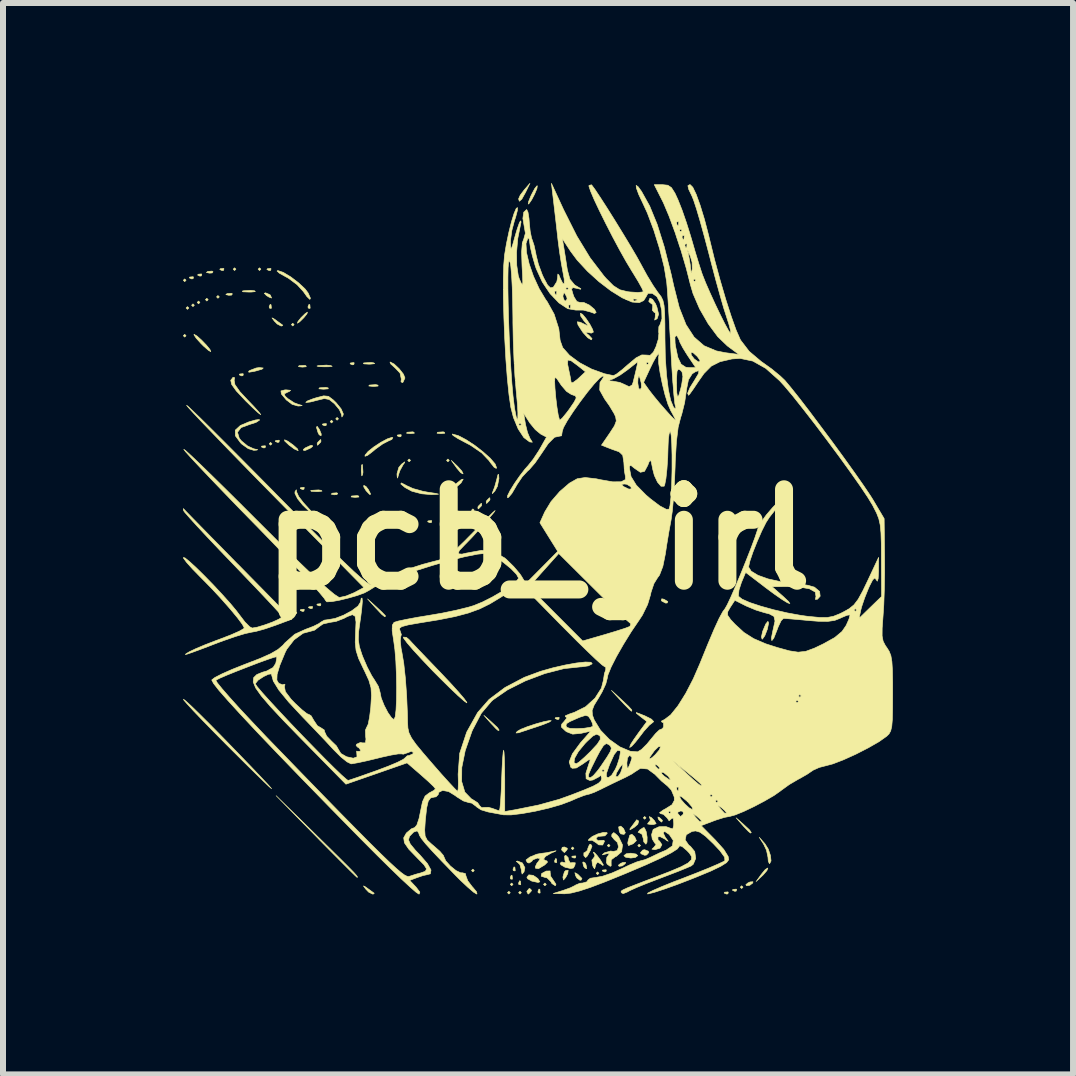
<source format=kicad_pcb>
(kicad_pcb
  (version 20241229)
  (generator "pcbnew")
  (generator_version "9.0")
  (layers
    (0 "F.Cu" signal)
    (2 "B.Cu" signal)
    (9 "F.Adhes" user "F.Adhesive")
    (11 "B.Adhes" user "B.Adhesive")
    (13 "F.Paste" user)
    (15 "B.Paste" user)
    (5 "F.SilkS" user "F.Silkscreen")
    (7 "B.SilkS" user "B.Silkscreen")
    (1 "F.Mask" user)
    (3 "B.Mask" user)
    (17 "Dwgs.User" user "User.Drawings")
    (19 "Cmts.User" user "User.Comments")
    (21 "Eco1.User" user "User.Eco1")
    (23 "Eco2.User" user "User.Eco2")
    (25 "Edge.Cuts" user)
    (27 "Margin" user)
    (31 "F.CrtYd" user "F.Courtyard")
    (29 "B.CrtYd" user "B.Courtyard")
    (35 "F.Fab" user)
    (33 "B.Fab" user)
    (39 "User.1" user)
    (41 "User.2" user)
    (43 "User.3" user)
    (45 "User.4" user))
  (footprint "pcb_girl"
    (layer "F.Cu")
    (at 5.916 5.939)
    (property "Reference" "pcb_girl" (at 0 0 0) (layer "F.SilkS") (effects (font (size 1.524 1.524) (thickness 0.3))))
    (attr through_hole)
    (fp_poly (pts (xy -5.865 -4.318) (xy -5.888 -4.295) (xy -5.911 -4.318) (xy -5.888 -4.341) (xy -5.865 -4.318)) (stroke (width 0.01) (type solid)) (fill yes) (layer "F.SilkS"))
    (fp_poly (pts (xy -5.865 -3.394) (xy -5.888 -3.371) (xy -5.911 -3.394) (xy -5.888 -3.417) (xy -5.865 -3.394)) (stroke (width 0.01) (type solid)) (fill yes) (layer "F.SilkS"))
    (fp_poly (pts (xy -5.819 -3.856) (xy -5.842 -3.833) (xy -5.865 -3.856) (xy -5.842 -3.879) (xy -5.819 -3.856)) (stroke (width 0.01) (type solid)) (fill yes) (layer "F.SilkS"))
    (fp_poly (pts (xy -5.727 -3.902) (xy -5.75 -3.879) (xy -5.773 -3.902) (xy -5.75 -3.925) (xy -5.727 -3.902)) (stroke (width 0.01) (type solid)) (fill yes) (layer "F.SilkS"))
    (fp_poly (pts (xy -5.634 -3.949) (xy -5.657 -3.925) (xy -5.68 -3.949) (xy -5.657 -3.972) (xy -5.634 -3.949)) (stroke (width 0.01) (type solid)) (fill yes) (layer "F.SilkS"))
    (fp_poly (pts (xy -5.496 -3.995) (xy -5.519 -3.972) (xy -5.542 -3.995) (xy -5.519 -4.018) (xy -5.496 -3.995)) (stroke (width 0.01) (type solid)) (fill yes) (layer "F.SilkS"))
    (fp_poly (pts (xy -5.311 -4.041) (xy -5.334 -4.018) (xy -5.357 -4.041) (xy -5.334 -4.064) (xy -5.311 -4.041)) (stroke (width 0.01) (type solid)) (fill yes) (layer "F.SilkS"))
    (fp_poly (pts (xy -5.034 -4.503) (xy -5.057 -4.48) (xy -5.08 -4.503) (xy -5.057 -4.526) (xy -5.034 -4.503)) (stroke (width 0.01) (type solid)) (fill yes) (layer "F.SilkS"))
    (fp_poly (pts (xy -4.618 -4.503) (xy -4.641 -4.48) (xy -4.664 -4.503) (xy -4.641 -4.526) (xy -4.618 -4.503)) (stroke (width 0.01) (type solid)) (fill yes) (layer "F.SilkS"))
    (fp_poly (pts (xy -4.433 -1.593) (xy -4.457 -1.57) (xy -4.48 -1.593) (xy -4.457 -1.616) (xy -4.433 -1.593)) (stroke (width 0.01) (type solid)) (fill yes) (layer "F.SilkS"))
    (fp_poly (pts (xy -4.064 -3.579) (xy -4.087 -3.556) (xy -4.11 -3.579) (xy -4.087 -3.602) (xy -4.064 -3.579)) (stroke (width 0.01) (type solid)) (fill yes) (layer "F.SilkS"))
    (fp_poly (pts (xy -4.018 1.224) (xy -4.041 1.247) (xy -4.064 1.224) (xy -4.041 1.201) (xy -4.018 1.224)) (stroke (width 0.01) (type solid)) (fill yes) (layer "F.SilkS"))
    (fp_poly (pts (xy -3.417 -1.963) (xy -3.441 -1.94) (xy -3.464 -1.963) (xy -3.441 -1.986) (xy -3.417 -1.963)) (stroke (width 0.01) (type solid)) (fill yes) (layer "F.SilkS"))
    (fp_poly (pts (xy -3.325 -2.009) (xy -3.348 -1.986) (xy -3.371 -2.009) (xy -3.348 -2.032) (xy -3.325 -2.009)) (stroke (width 0.01) (type solid)) (fill yes) (layer "F.SilkS"))
    (fp_poly (pts (xy -2.586 -0.3) (xy -2.609 -0.277) (xy -2.632 -0.3) (xy -2.609 -0.323) (xy -2.586 -0.3)) (stroke (width 0.01) (type solid)) (fill yes) (layer "F.SilkS"))
    (fp_poly (pts (xy -2.124 -1.316) (xy -2.147 -1.293) (xy -2.171 -1.316) (xy -2.147 -1.339) (xy -2.124 -1.316)) (stroke (width 0.01) (type solid)) (fill yes) (layer "F.SilkS"))
    (fp_poly (pts (xy -1.478 -1.316) (xy -1.501 -1.293) (xy -1.524 -1.316) (xy -1.501 -1.339) (xy -1.478 -1.316)) (stroke (width 0.01) (type solid)) (fill yes) (layer "F.SilkS"))
    (fp_poly (pts (xy -1.478 -0.346) (xy -1.501 -0.323) (xy -1.524 -0.346) (xy -1.501 -0.369) (xy -1.478 -0.346)) (stroke (width 0.01) (type solid)) (fill yes) (layer "F.SilkS"))
    (fp_poly (pts (xy -1.247 -0.393) (xy -1.27 -0.369) (xy -1.293 -0.393) (xy -1.27 -0.416) (xy -1.247 -0.393)) (stroke (width 0.01) (type solid)) (fill yes) (layer "F.SilkS"))
    (fp_poly (pts (xy -1.155 -0.439) (xy -1.178 -0.416) (xy -1.201 -0.439) (xy -1.178 -0.462) (xy -1.155 -0.439)) (stroke (width 0.01) (type solid)) (fill yes) (layer "F.SilkS"))
    (fp_poly (pts (xy -1.062 -0.485) (xy -1.085 -0.462) (xy -1.108 -0.485) (xy -1.085 -0.508) (xy -1.062 -0.485)) (stroke (width 0.01) (type solid)) (fill yes) (layer "F.SilkS"))
    (fp_poly (pts (xy -1.062 5.519) (xy -1.085 5.542) (xy -1.108 5.519) (xy -1.085 5.496) (xy -1.062 5.519)) (stroke (width 0.01) (type solid)) (fill yes) (layer "F.SilkS"))
    (fp_poly (pts (xy -0.462 5.888) (xy -0.485 5.911) (xy -0.508 5.888) (xy -0.485 5.865) (xy -0.462 5.888)) (stroke (width 0.01) (type solid)) (fill yes) (layer "F.SilkS"))
    (fp_poly (pts (xy -0.416 5.75) (xy -0.439 5.773) (xy -0.462 5.75) (xy -0.439 5.727) (xy -0.416 5.75)) (stroke (width 0.01) (type solid)) (fill yes) (layer "F.SilkS"))
    (fp_poly (pts (xy -0.277 5.888) (xy -0.3 5.911) (xy -0.323 5.888) (xy -0.3 5.865) (xy -0.277 5.888)) (stroke (width 0.01) (type solid)) (fill yes) (layer "F.SilkS"))
    (fp_poly (pts (xy 0.139 5.75) (xy 0.115 5.773) (xy 0.092 5.75) (xy 0.115 5.727) (xy 0.139 5.75)) (stroke (width 0.01) (type solid)) (fill yes) (layer "F.SilkS"))
    (fp_poly (pts (xy 0.6 5.149) (xy 0.577 5.172) (xy 0.554 5.149) (xy 0.577 5.126) (xy 0.6 5.149)) (stroke (width 0.01) (type solid)) (fill yes) (layer "F.SilkS"))
    (fp_poly (pts (xy 1.016 5.565) (xy 0.993 5.588) (xy 0.97 5.565) (xy 0.993 5.542) (xy 1.016 5.565)) (stroke (width 0.01) (type solid)) (fill yes) (layer "F.SilkS"))
    (fp_poly (pts (xy 1.201 5.103) (xy 1.178 5.126) (xy 1.155 5.103) (xy 1.178 5.08) (xy 1.201 5.103)) (stroke (width 0.01) (type solid)) (fill yes) (layer "F.SilkS"))
    (fp_poly (pts (xy 1.709 5.103) (xy 1.686 5.126) (xy 1.663 5.103) (xy 1.686 5.08) (xy 1.709 5.103)) (stroke (width 0.01) (type solid)) (fill yes) (layer "F.SilkS"))
    (fp_poly (pts (xy 1.801 4.641) (xy 1.778 4.664) (xy 1.755 4.641) (xy 1.778 4.618) (xy 1.801 4.641)) (stroke (width 0.01) (type solid)) (fill yes) (layer "F.SilkS"))
    (fp_poly (pts (xy 3.417 5.796) (xy 3.394 5.819) (xy 3.371 5.796) (xy 3.394 5.773) (xy 3.417 5.796)) (stroke (width 0.01) (type solid)) (fill yes) (layer "F.SilkS"))
    (fp_poly (pts (xy -5.742 -4.372) (xy -5.748 -4.344) (xy -5.773 -4.341) (xy -5.811 -4.358) (xy -5.804 -4.372) (xy -5.749 -4.377) (xy -5.742 -4.372)) (stroke (width 0.01) (type solid)) (fill yes) (layer "F.SilkS"))
    (fp_poly (pts (xy -5.603 -4.418) (xy -5.61 -4.391) (xy -5.634 -4.387) (xy -5.672 -4.404) (xy -5.665 -4.418) (xy -5.61 -4.424) (xy -5.603 -4.418)) (stroke (width 0.01) (type solid)) (fill yes) (layer "F.SilkS"))
    (fp_poly (pts (xy -5.416 -4.461) (xy -5.43 -4.44) (xy -5.476 -4.437) (xy -5.526 -4.448) (xy -5.504 -4.465) (xy -5.432 -4.471) (xy -5.416 -4.461)) (stroke (width 0.01) (type solid)) (fill yes) (layer "F.SilkS"))
    (fp_poly (pts (xy -5.234 -4.51) (xy -5.24 -4.483) (xy -5.265 -4.48) (xy -5.303 -4.497) (xy -5.296 -4.51) (xy -5.241 -4.516) (xy -5.234 -4.51)) (stroke (width 0.01) (type solid)) (fill yes) (layer "F.SilkS"))
    (fp_poly (pts (xy -5.093 -4.092) (xy -5.106 -4.071) (xy -5.153 -4.068) (xy -5.202 -4.079) (xy -5.181 -4.096) (xy -5.109 -4.101) (xy -5.093 -4.092)) (stroke (width 0.01) (type solid)) (fill yes) (layer "F.SilkS"))
    (fp_poly (pts (xy -4.911 -2.756) (xy -4.917 -2.728) (xy -4.941 -2.725) (xy -4.979 -2.742) (xy -4.972 -2.756) (xy -4.917 -2.761) (xy -4.911 -2.756)) (stroke (width 0.01) (type solid)) (fill yes) (layer "F.SilkS"))
    (fp_poly (pts (xy -4.541 -1.555) (xy -4.548 -1.527) (xy -4.572 -1.524) (xy -4.61 -1.541) (xy -4.603 -1.555) (xy -4.548 -1.56) (xy -4.541 -1.555)) (stroke (width 0.01) (type solid)) (fill yes) (layer "F.SilkS"))
    (fp_poly (pts (xy -4.449 -4.51) (xy -4.455 -4.483) (xy -4.48 -4.48) (xy -4.518 -4.497) (xy -4.51 -4.51) (xy -4.456 -4.516) (xy -4.449 -4.51)) (stroke (width 0.01) (type solid)) (fill yes) (layer "F.SilkS"))
    (fp_poly (pts (xy -4.449 -3.91) (xy -4.443 -3.855) (xy -4.449 -3.848) (xy -4.476 -3.855) (xy -4.48 -3.879) (xy -4.463 -3.917) (xy -4.449 -3.91)) (stroke (width 0.01) (type solid)) (fill yes) (layer "F.SilkS"))
    (fp_poly (pts (xy -4.31 -1.647) (xy -4.317 -1.62) (xy -4.341 -1.616) (xy -4.379 -1.633) (xy -4.372 -1.647) (xy -4.317 -1.653) (xy -4.31 -1.647)) (stroke (width 0.01) (type solid)) (fill yes) (layer "F.SilkS"))
    (fp_poly (pts (xy -3.895 -0.862) (xy -3.901 -0.835) (xy -3.925 -0.831) (xy -3.963 -0.848) (xy -3.956 -0.862) (xy -3.901 -0.868) (xy -3.895 -0.862)) (stroke (width 0.01) (type solid)) (fill yes) (layer "F.SilkS"))
    (fp_poly (pts (xy -3.895 1.17) (xy -3.901 1.197) (xy -3.925 1.201) (xy -3.963 1.184) (xy -3.956 1.17) (xy -3.901 1.164) (xy -3.895 1.17)) (stroke (width 0.01) (type solid)) (fill yes) (layer "F.SilkS"))
    (fp_poly (pts (xy -3.868 -2.894) (xy -3.862 -2.877) (xy -3.925 -2.871) (xy -3.991 -2.878) (xy -3.983 -2.894) (xy -3.889 -2.9) (xy -3.868 -2.894)) (stroke (width 0.01) (type solid)) (fill yes) (layer "F.SilkS"))
    (fp_poly (pts (xy -3.802 -3.91) (xy -3.797 -3.855) (xy -3.802 -3.848) (xy -3.83 -3.855) (xy -3.833 -3.879) (xy -3.816 -3.917) (xy -3.802 -3.91)) (stroke (width 0.01) (type solid)) (fill yes) (layer "F.SilkS"))
    (fp_poly (pts (xy -3.756 1.124) (xy -3.762 1.151) (xy -3.787 1.155) (xy -3.825 1.138) (xy -3.818 1.124) (xy -3.763 1.118) (xy -3.756 1.124)) (stroke (width 0.01) (type solid)) (fill yes) (layer "F.SilkS"))
    (fp_poly (pts (xy -3.618 1.078) (xy -3.624 1.105) (xy -3.648 1.108) (xy -3.686 1.091) (xy -3.679 1.078) (xy -3.624 1.072) (xy -3.618 1.078)) (stroke (width 0.01) (type solid)) (fill yes) (layer "F.SilkS"))
    (fp_poly (pts (xy -3.525 -1.924) (xy -3.532 -1.897) (xy -3.556 -1.893) (xy -3.594 -1.91) (xy -3.587 -1.924) (xy -3.532 -1.93) (xy -3.525 -1.924)) (stroke (width 0.01) (type solid)) (fill yes) (layer "F.SilkS"))
    (fp_poly (pts (xy -3.338 -0.767) (xy -3.351 -0.746) (xy -3.398 -0.743) (xy -3.447 -0.754) (xy -3.426 -0.77) (xy -3.354 -0.776) (xy -3.338 -0.767)) (stroke (width 0.01) (type solid)) (fill yes) (layer "F.SilkS"))
    (fp_poly (pts (xy -3.063 -2.94) (xy -3.07 -2.913) (xy -3.094 -2.909) (xy -3.132 -2.926) (xy -3.125 -2.94) (xy -3.07 -2.946) (xy -3.063 -2.94)) (stroke (width 0.01) (type solid)) (fill yes) (layer "F.SilkS"))
    (fp_poly (pts (xy -2.99 -0.723) (xy -2.984 -0.706) (xy -3.048 -0.7) (xy -3.114 -0.707) (xy -3.106 -0.723) (xy -3.011 -0.729) (xy -2.99 -0.723)) (stroke (width 0.01) (type solid)) (fill yes) (layer "F.SilkS"))
    (fp_poly (pts (xy -2.278 -1.74) (xy -2.285 -1.712) (xy -2.309 -1.709) (xy -2.347 -1.726) (xy -2.34 -1.74) (xy -2.285 -1.745) (xy -2.278 -1.74)) (stroke (width 0.01) (type solid)) (fill yes) (layer "F.SilkS"))
    (fp_poly (pts (xy -2.067 -1.785) (xy -2.061 -1.769) (xy -2.124 -1.762) (xy -2.19 -1.769) (xy -2.182 -1.785) (xy -2.088 -1.792) (xy -2.067 -1.785)) (stroke (width 0.01) (type solid)) (fill yes) (layer "F.SilkS"))
    (fp_poly (pts (xy -1.77 -0.308) (xy -1.777 -0.28) (xy -1.801 -0.277) (xy -1.839 -0.294) (xy -1.832 -0.308) (xy -1.777 -0.313) (xy -1.77 -0.308)) (stroke (width 0.01) (type solid)) (fill yes) (layer "F.SilkS"))
    (fp_poly (pts (xy -1.559 -1.785) (xy -1.553 -1.769) (xy -1.616 -1.762) (xy -1.682 -1.769) (xy -1.674 -1.785) (xy -1.58 -1.792) (xy -1.559 -1.785)) (stroke (width 0.01) (type solid)) (fill yes) (layer "F.SilkS"))
    (fp_poly (pts (xy -0.431 5.603) (xy -0.426 5.658) (xy -0.431 5.665) (xy -0.458 5.659) (xy -0.462 5.634) (xy -0.445 5.596) (xy -0.431 5.603)) (stroke (width 0.01) (type solid)) (fill yes) (layer "F.SilkS"))
    (fp_poly (pts (xy -0.385 5.465) (xy -0.379 5.52) (xy -0.385 5.526) (xy -0.412 5.52) (xy -0.416 5.496) (xy -0.399 5.458) (xy -0.385 5.465)) (stroke (width 0.01) (type solid)) (fill yes) (layer "F.SilkS"))
    (fp_poly (pts (xy -0.292 5.696) (xy -0.287 5.751) (xy -0.292 5.757) (xy -0.32 5.751) (xy -0.323 5.727) (xy -0.306 5.689) (xy -0.292 5.696)) (stroke (width 0.01) (type solid)) (fill yes) (layer "F.SilkS"))
    (fp_poly (pts (xy 0.031 5.834) (xy 0.036 5.889) (xy 0.031 5.896) (xy 0.003 5.89) (xy 0 5.865) (xy 0.017 5.827) (xy 0.031 5.834)) (stroke (width 0.01) (type solid)) (fill yes) (layer "F.SilkS"))
    (fp_poly (pts (xy 0.308 5.326) (xy 0.313 5.381) (xy 0.308 5.388) (xy 0.28 5.382) (xy 0.277 5.357) (xy 0.294 5.319) (xy 0.308 5.326)) (stroke (width 0.01) (type solid)) (fill yes) (layer "F.SilkS"))
    (fp_poly (pts (xy 0.354 2.971) (xy 0.348 2.998) (xy 0.323 3.002) (xy 0.285 2.985) (xy 0.292 2.971) (xy 0.347 2.966) (xy 0.354 2.971)) (stroke (width 0.01) (type solid)) (fill yes) (layer "F.SilkS"))
    (fp_poly (pts (xy 0.631 5.28) (xy 0.625 5.308) (xy 0.6 5.311) (xy 0.562 5.294) (xy 0.57 5.28) (xy 0.624 5.275) (xy 0.631 5.28)) (stroke (width 0.01) (type solid)) (fill yes) (layer "F.SilkS"))
    (fp_poly (pts (xy 1.139 5.511) (xy 1.133 5.538) (xy 1.108 5.542) (xy 1.07 5.525) (xy 1.078 5.511) (xy 1.132 5.506) (xy 1.139 5.511)) (stroke (width 0.01) (type solid)) (fill yes) (layer "F.SilkS"))
    (fp_poly (pts (xy 3.171 5.88) (xy 3.165 5.908) (xy 3.14 5.911) (xy 3.102 5.894) (xy 3.11 5.88) (xy 3.164 5.875) (xy 3.171 5.88)) (stroke (width 0.01) (type solid)) (fill yes) (layer "F.SilkS"))
    (fp_poly (pts (xy 3.31 5.834) (xy 3.303 5.862) (xy 3.279 5.865) (xy 3.241 5.848) (xy 3.248 5.834) (xy 3.303 5.829) (xy 3.31 5.834)) (stroke (width 0.01) (type solid)) (fill yes) (layer "F.SilkS"))
    (fp_poly (pts (xy -4.466 -4.077) (xy -4.457 -4.064) (xy -4.44 -4.022) (xy -4.484 -4.038) (xy -4.526 -4.064) (xy -4.561 -4.101) (xy -4.54 -4.109) (xy -4.466 -4.077)) (stroke (width 0.01) (type solid)) (fill yes) (layer "F.SilkS"))
    (fp_poly (pts (xy -3.643 -1.832) (xy -3.612 -1.756) (xy -3.615 -1.726) (xy -3.647 -1.743) (xy -3.666 -1.78) (xy -3.692 -1.867) (xy -3.681 -1.885) (xy -3.643 -1.832)) (stroke (width 0.01) (type solid)) (fill yes) (layer "F.SilkS"))
    (fp_poly (pts (xy -2.867 -0.882) (xy -2.826 -0.829) (xy -2.788 -0.753) (xy -2.805 -0.748) (xy -2.864 -0.809) (xy -2.904 -0.875) (xy -2.903 -0.9) (xy -2.867 -0.882)) (stroke (width 0.01) (type solid)) (fill yes) (layer "F.SilkS"))
    (fp_poly (pts (xy 0.784 5.391) (xy 0.801 5.424) (xy 0.813 5.489) (xy 0.782 5.477) (xy 0.76 5.446) (xy 0.746 5.386) (xy 0.752 5.375) (xy 0.784 5.391)) (stroke (width 0.01) (type solid)) (fill yes) (layer "F.SilkS"))
    (fp_poly (pts (xy 1.427 4.821) (xy 1.456 4.89) (xy 1.434 4.917) (xy 1.379 4.908) (xy 1.356 4.873) (xy 1.344 4.792) (xy 1.38 4.779) (xy 1.427 4.821)) (stroke (width 0.01) (type solid)) (fill yes) (layer "F.SilkS"))
    (fp_poly (pts (xy 1.454 5.404) (xy 1.405 5.442) (xy 1.352 5.449) (xy 1.339 5.431) (xy 1.375 5.402) (xy 1.411 5.386) (xy 1.459 5.382) (xy 1.454 5.404)) (stroke (width 0.01) (type solid)) (fill yes) (layer "F.SilkS"))
    (fp_poly (pts (xy 2.025 4.637) (xy 2.074 4.683) (xy 2.064 4.71) (xy 2.058 4.711) (xy 2.019 4.678) (xy 2.004 4.657) (xy 1.999 4.626) (xy 2.025 4.637)) (stroke (width 0.01) (type solid)) (fill yes) (layer "F.SilkS"))
    (fp_poly (pts (xy 2.099 0.998) (xy 2.164 1.036) (xy 2.153 1.06) (xy 2.127 1.062) (xy 2.064 1.029) (xy 2.055 1.017) (xy 2.063 0.99) (xy 2.099 0.998)) (stroke (width 0.01) (type solid)) (fill yes) (layer "F.SilkS"))
    (fp_poly (pts (xy 3.579 5.727) (xy 3.529 5.765) (xy 3.476 5.772) (xy 3.464 5.755) (xy 3.5 5.725) (xy 3.535 5.709) (xy 3.583 5.706) (xy 3.579 5.727)) (stroke (width 0.01) (type solid)) (fill yes) (layer "F.SilkS"))
    (fp_poly (pts (xy -4.722 -4.142) (xy -4.711 -4.129) (xy -4.777 -4.122) (xy -4.826 -4.122) (xy -4.915 -4.126) (xy -4.929 -4.137) (xy -4.906 -4.143) (xy -4.786 -4.15) (xy -4.722 -4.142)) (stroke (width 0.01) (type solid)) (fill yes) (layer "F.SilkS"))
    (fp_poly (pts (xy -3.851 -3.758) (xy -3.902 -3.695) (xy -3.972 -3.626) (xy -4.009 -3.602) (xy -4 -3.631) (xy -3.949 -3.695) (xy -3.879 -3.763) (xy -3.842 -3.787) (xy -3.851 -3.758)) (stroke (width 0.01) (type solid)) (fill yes) (layer "F.SilkS"))
    (fp_poly (pts (xy -3.756 -1.55) (xy -3.787 -1.524) (xy -3.871 -1.485) (xy -3.902 -1.479) (xy -3.911 -1.498) (xy -3.879 -1.524) (xy -3.795 -1.563) (xy -3.764 -1.569) (xy -3.756 -1.55)) (stroke (width 0.01) (type solid)) (fill yes) (layer "F.SilkS"))
    (fp_poly (pts (xy -3.617 -1.633) (xy -3.625 -1.616) (xy -3.669 -1.572) (xy -3.677 -1.57) (xy -3.68 -1.6) (xy -3.671 -1.616) (xy -3.628 -1.66) (xy -3.62 -1.663) (xy -3.617 -1.633)) (stroke (width 0.01) (type solid)) (fill yes) (layer "F.SilkS"))
    (fp_poly (pts (xy -3.614 -0.817) (xy -3.599 -0.804) (xy -3.663 -0.796) (xy -3.695 -0.796) (xy -3.779 -0.801) (xy -3.788 -0.813) (xy -3.775 -0.817) (xy -3.658 -0.824) (xy -3.614 -0.817)) (stroke (width 0.01) (type solid)) (fill yes) (layer "F.SilkS"))
    (fp_poly (pts (xy -3.497 -2.524) (xy -3.496 -2.509) (xy -3.568 -2.503) (xy -3.579 -2.503) (xy -3.651 -2.509) (xy -3.644 -2.524) (xy -3.636 -2.526) (xy -3.535 -2.533) (xy -3.497 -2.524)) (stroke (width 0.01) (type solid)) (fill yes) (layer "F.SilkS"))
    (fp_poly (pts (xy -3.452 -2.896) (xy -3.43 -2.884) (xy -3.488 -2.877) (xy -3.556 -2.876) (xy -3.656 -2.879) (xy -3.683 -2.889) (xy -3.66 -2.896) (xy -3.525 -2.904) (xy -3.452 -2.896)) (stroke (width 0.01) (type solid)) (fill yes) (layer "F.SilkS"))
    (fp_poly (pts (xy -2.924 -1.235) (xy -2.917 -1.118) (xy -2.924 -1.074) (xy -2.937 -1.059) (xy -2.944 -1.123) (xy -2.945 -1.155) (xy -2.94 -1.239) (xy -2.928 -1.248) (xy -2.924 -1.235)) (stroke (width 0.01) (type solid)) (fill yes) (layer "F.SilkS"))
    (fp_poly (pts (xy -2.736 -2.941) (xy -2.722 -2.928) (xy -2.786 -2.921) (xy -2.817 -2.92) (xy -2.901 -2.925) (xy -2.911 -2.937) (xy -2.898 -2.941) (xy -2.781 -2.948) (xy -2.736 -2.941)) (stroke (width 0.01) (type solid)) (fill yes) (layer "F.SilkS"))
    (fp_poly (pts (xy -2.666 -2.57) (xy -2.665 -2.555) (xy -2.737 -2.549) (xy -2.748 -2.549) (xy -2.819 -2.556) (xy -2.813 -2.57) (xy -2.805 -2.572) (xy -2.704 -2.579) (xy -2.666 -2.57)) (stroke (width 0.01) (type solid)) (fill yes) (layer "F.SilkS"))
    (fp_poly (pts (xy -1.337 -1.214) (xy -1.269 -1.138) (xy -1.248 -1.093) (xy -1.249 -1.091) (xy -1.287 -1.11) (xy -1.35 -1.184) (xy -1.357 -1.194) (xy -1.445 -1.316) (xy -1.337 -1.214)) (stroke (width 0.01) (type solid)) (fill yes) (layer "F.SilkS"))
    (fp_poly (pts (xy -0.938 -0.571) (xy -0.947 -0.554) (xy -0.99 -0.51) (xy -0.998 -0.508) (xy -1.002 -0.538) (xy -0.993 -0.554) (xy -0.949 -0.598) (xy -0.941 -0.6) (xy -0.938 -0.571)) (stroke (width 0.01) (type solid)) (fill yes) (layer "F.SilkS"))
    (fp_poly (pts (xy -0.8 -0.663) (xy -0.808 -0.647) (xy -0.852 -0.602) (xy -0.86 -0.6) (xy -0.863 -0.63) (xy -0.854 -0.647) (xy -0.811 -0.691) (xy -0.803 -0.693) (xy -0.8 -0.663)) (stroke (width 0.01) (type solid)) (fill yes) (layer "F.SilkS"))
    (fp_poly (pts (xy -0.774 3.045) (xy -0.677 3.135) (xy -0.647 3.179) (xy -0.662 3.187) (xy -0.699 3.156) (xy -0.771 3.079) (xy -0.789 3.06) (xy -0.901 2.933) (xy -0.774 3.045)) (stroke (width 0.01) (type solid)) (fill yes) (layer "F.SilkS"))
    (fp_poly (pts (xy -0.207 -5.784) (xy -0.27 -5.67) (xy -0.311 -5.635) (xy -0.323 -5.675) (xy -0.296 -5.736) (xy -0.229 -5.825) (xy -0.229 -5.825) (xy -0.134 -5.934) (xy -0.207 -5.784)) (stroke (width 0.01) (type solid)) (fill yes) (layer "F.SilkS"))
    (fp_poly (pts (xy -0.108 5.847) (xy -0.115 5.865) (xy -0.157 5.909) (xy -0.164 5.911) (xy -0.184 5.876) (xy -0.185 5.865) (xy -0.149 5.821) (xy -0.136 5.819) (xy -0.108 5.847)) (stroke (width 0.01) (type solid)) (fill yes) (layer "F.SilkS"))
    (fp_poly (pts (xy 0.489 5.148) (xy 0.485 5.172) (xy 0.445 5.216) (xy 0.439 5.219) (xy 0.402 5.186) (xy 0.393 5.172) (xy 0.404 5.133) (xy 0.439 5.126) (xy 0.489 5.148)) (stroke (width 0.01) (type solid)) (fill yes) (layer "F.SilkS"))
    (fp_poly (pts (xy 0.496 5.57) (xy 0.462 5.634) (xy 0.426 5.677) (xy 0.416 5.636) (xy 0.416 5.625) (xy 0.44 5.542) (xy 0.462 5.519) (xy 0.503 5.515) (xy 0.496 5.57)) (stroke (width 0.01) (type solid)) (fill yes) (layer "F.SilkS"))
    (fp_poly (pts (xy 0.655 5.576) (xy 0.669 5.587) (xy 0.733 5.652) (xy 0.718 5.679) (xy 0.698 5.68) (xy 0.648 5.643) (xy 0.627 5.605) (xy 0.615 5.555) (xy 0.655 5.576)) (stroke (width 0.01) (type solid)) (fill yes) (layer "F.SilkS"))
    (fp_poly (pts (xy 1.634 5.244) (xy 1.663 5.271) (xy 1.623 5.301) (xy 1.547 5.311) (xy 1.46 5.297) (xy 1.432 5.271) (xy 1.471 5.24) (xy 1.547 5.23) (xy 1.634 5.244)) (stroke (width 0.01) (type solid)) (fill yes) (layer "F.SilkS"))
    (fp_poly (pts (xy 1.839 5.197) (xy 1.847 5.219) (xy 1.81 5.26) (xy 1.778 5.265) (xy 1.717 5.24) (xy 1.709 5.219) (xy 1.746 5.178) (xy 1.778 5.172) (xy 1.839 5.197)) (stroke (width 0.01) (type solid)) (fill yes) (layer "F.SilkS"))
    (fp_poly (pts (xy 3.429 4.753) (xy 3.526 4.843) (xy 3.555 4.887) (xy 3.541 4.895) (xy 3.504 4.864) (xy 3.431 4.788) (xy 3.414 4.768) (xy 3.302 4.641) (xy 3.429 4.753)) (stroke (width 0.01) (type solid)) (fill yes) (layer "F.SilkS"))
    (fp_poly (pts (xy 3.831 5.478) (xy 3.815 5.52) (xy 3.751 5.594) (xy 3.743 5.601) (xy 3.635 5.703) (xy 3.723 5.581) (xy 3.787 5.503) (xy 3.829 5.477) (xy 3.831 5.478)) (stroke (width 0.01) (type solid)) (fill yes) (layer "F.SilkS"))
    (fp_poly (pts (xy -4.579 -2.856) (xy -4.6 -2.836) (xy -4.704 -2.806) (xy -4.734 -2.799) (xy -4.819 -2.785) (xy -4.822 -2.801) (xy -4.803 -2.815) (xy -4.697 -2.856) (xy -4.645 -2.863) (xy -4.579 -2.856)) (stroke (width 0.01) (type solid)) (fill yes) (layer "F.SilkS"))
    (fp_poly (pts (xy -4.411 -3.683) (xy -4.364 -3.65) (xy -4.286 -3.593) (xy -4.253 -3.569) (xy -4.268 -3.557) (xy -4.282 -3.556) (xy -4.346 -3.589) (xy -4.393 -3.637) (xy -4.433 -3.691) (xy -4.411 -3.683)) (stroke (width 0.01) (type solid)) (fill yes) (layer "F.SilkS"))
    (fp_poly (pts (xy -4.169 -1.636) (xy -4.077 -1.57) (xy -4.009 -1.509) (xy -3.996 -1.48) (xy -4 -1.479) (xy -4.062 -1.507) (xy -4.15 -1.572) (xy -4.221 -1.639) (xy -4.223 -1.66) (xy -4.169 -1.636)) (stroke (width 0.01) (type solid)) (fill yes) (layer "F.SilkS"))
    (fp_poly (pts (xy -2.887 5.784) (xy -2.84 5.817) (xy -2.762 5.874) (xy -2.729 5.898) (xy -2.744 5.911) (xy -2.758 5.911) (xy -2.822 5.879) (xy -2.869 5.83) (xy -2.909 5.776) (xy -2.887 5.784)) (stroke (width 0.01) (type solid)) (fill yes) (layer "F.SilkS"))
    (fp_poly (pts (xy -2.69 1.129) (xy -2.599 1.214) (xy -2.546 1.269) (xy -2.54 1.279) (xy -2.554 1.29) (xy -2.605 1.249) (xy -2.703 1.145) (xy -2.705 1.143) (xy -2.84 0.993) (xy -2.69 1.129)) (stroke (width 0.01) (type solid)) (fill yes) (layer "F.SilkS"))
    (fp_poly (pts (xy -0.651 -1.013) (xy -0.676 -0.885) (xy -0.719 -0.805) (xy -0.761 -0.761) (xy -0.758 -0.781) (xy -0.723 -0.872) (xy -0.69 -0.989) (xy -0.667 -1.079) (xy -0.656 -1.083) (xy -0.651 -1.013)) (stroke (width 0.01) (type solid)) (fill yes) (layer "F.SilkS"))
    (fp_poly (pts (xy -0.081 5.599) (xy -0.006 5.65) (xy 0 5.657) (xy 0.031 5.707) (xy 0.001 5.718) (xy -0.104 5.695) (xy -0.172 5.657) (xy -0.185 5.631) (xy -0.153 5.591) (xy -0.081 5.599)) (stroke (width 0.01) (type solid)) (fill yes) (layer "F.SilkS"))
    (fp_poly (pts (xy 1.397 2.676) (xy 1.51 2.783) (xy 1.562 2.841) (xy 1.564 2.862) (xy 1.556 2.863) (xy 1.52 2.832) (xy 1.442 2.753) (xy 1.383 2.69) (xy 1.224 2.517) (xy 1.397 2.676)) (stroke (width 0.01) (type solid)) (fill yes) (layer "F.SilkS"))
    (fp_poly (pts (xy 1.613 4.96) (xy 1.64 5.021) (xy 1.589 5.07) (xy 1.576 5.077) (xy 1.508 5.103) (xy 1.496 5.063) (xy 1.502 5.028) (xy 1.53 4.93) (xy 1.566 4.915) (xy 1.613 4.96)) (stroke (width 0.01) (type solid)) (fill yes) (layer "F.SilkS"))
    (fp_poly (pts (xy 1.671 4.688) (xy 1.678 4.698) (xy 1.663 4.749) (xy 1.602 4.801) (xy 1.533 4.841) (xy 1.533 4.824) (xy 1.569 4.776) (xy 1.624 4.702) (xy 1.645 4.673) (xy 1.671 4.688)) (stroke (width 0.01) (type solid)) (fill yes) (layer "F.SilkS"))
    (fp_poly (pts (xy -2.228 -1.271) (xy -2.246 -1.247) (xy -2.303 -1.142) (xy -2.322 -1.085) (xy -2.34 -1.022) (xy -2.347 -1.049) (xy -2.35 -1.091) (xy -2.32 -1.198) (xy -2.274 -1.253) (xy -2.22 -1.292) (xy -2.228 -1.271)) (stroke (width 0.01) (type solid)) (fill yes) (layer "F.SilkS"))
    (fp_poly (pts (xy -0.259 5.393) (xy -0.218 5.473) (xy -0.233 5.543) (xy -0.265 5.578) (xy -0.276 5.529) (xy -0.276 5.511) (xy -0.301 5.421) (xy -0.335 5.388) (xy -0.362 5.366) (xy -0.34 5.361) (xy -0.259 5.393)) (stroke (width 0.01) (type solid)) (fill yes) (layer "F.SilkS"))
    (fp_poly (pts (xy 1.888 4.635) (xy 1.94 4.687) (xy 1.969 4.739) (xy 1.923 4.753) (xy 1.888 4.753) (xy 1.826 4.743) (xy 1.836 4.726) (xy 1.873 4.681) (xy 1.868 4.66) (xy 1.854 4.62) (xy 1.888 4.635)) (stroke (width 0.01) (type solid)) (fill yes) (layer "F.SilkS"))
    (fp_poly (pts (xy -5.683 -3.389) (xy -5.607 -3.321) (xy -5.527 -3.238) (xy -5.467 -3.165) (xy -5.453 -3.128) (xy -5.493 -3.151) (xy -5.574 -3.222) (xy -5.619 -3.267) (xy -5.698 -3.355) (xy -5.734 -3.41) (xy -5.731 -3.417) (xy -5.683 -3.389)) (stroke (width 0.01) (type solid)) (fill yes) (layer "F.SilkS"))
    (fp_poly (pts (xy -0.011 -5.892) (xy -0.018 -5.845) (xy -0.056 -5.755) (xy -0.105 -5.66) (xy -0.149 -5.597) (xy -0.162 -5.588) (xy -0.158 -5.625) (xy -0.122 -5.716) (xy -0.106 -5.749) (xy -0.054 -5.847) (xy -0.017 -5.892) (xy -0.011 -5.892)) (stroke (width 0.01) (type solid)) (fill yes) (layer "F.SilkS"))
    (fp_poly (pts (xy 3.783 5.074) (xy 3.838 5.162) (xy 3.874 5.268) (xy 3.884 5.359) (xy 3.861 5.403) (xy 3.856 5.403) (xy 3.838 5.364) (xy 3.833 5.298) (xy 3.808 5.18) (xy 3.76 5.079) (xy 3.687 4.965) (xy 3.783 5.074)) (stroke (width 0.01) (type solid)) (fill yes) (layer "F.SilkS"))
    (fp_poly (pts (xy 3.844 1.394) (xy 3.822 1.499) (xy 3.821 1.501) (xy 3.78 1.606) (xy 3.741 1.661) (xy 3.735 1.663) (xy 3.724 1.625) (xy 3.744 1.534) (xy 3.748 1.524) (xy 3.796 1.41) (xy 3.832 1.366) (xy 3.844 1.394)) (stroke (width 0.01) (type solid)) (fill yes) (layer "F.SilkS"))
    (fp_poly (pts (xy -1.247 -1.003) (xy -1.282 -0.941) (xy -1.365 -0.867) (xy -1.459 -0.807) (xy -1.521 -0.789) (xy -1.568 -0.796) (xy -1.526 -0.817) (xy -1.524 -0.818) (xy -1.44 -0.866) (xy -1.351 -0.938) (xy -1.279 -0.995) (xy -1.247 -1.004) (xy -1.247 -1.003)) (stroke (width 0.01) (type solid)) (fill yes) (layer "F.SilkS"))
    (fp_poly (pts (xy 0.9 5.113) (xy 0.873 5.184) (xy 0.822 5.277) (xy 0.794 5.303) (xy 0.769 5.277) (xy 0.764 5.268) (xy 0.765 5.223) (xy 0.782 5.219) (xy 0.826 5.181) (xy 0.831 5.149) (xy 0.857 5.088) (xy 0.879 5.08) (xy 0.9 5.113)) (stroke (width 0.01) (type solid)) (fill yes) (layer "F.SilkS"))
    (fp_poly (pts (xy 1.774 4.807) (xy 1.803 4.87) (xy 1.819 4.964) (xy 1.817 5.048) (xy 1.798 5.08) (xy 1.763 5.041) (xy 1.755 4.988) (xy 1.732 4.913) (xy 1.699 4.895) (xy 1.668 4.881) (xy 1.699 4.841) (xy 1.756 4.804) (xy 1.774 4.807)) (stroke (width 0.01) (type solid)) (fill yes) (layer "F.SilkS"))
    (fp_poly (pts (xy -2.397 -2.922) (xy -2.314 -2.844) (xy -2.243 -2.754) (xy -2.217 -2.69) (xy -2.249 -2.62) (xy -2.259 -2.612) (xy -2.283 -2.626) (xy -2.278 -2.672) (xy -2.299 -2.771) (xy -2.381 -2.857) (xy -2.452 -2.921) (xy -2.467 -2.954) (xy -2.462 -2.956) (xy -2.397 -2.922)) (stroke (width 0.01) (type solid)) (fill yes) (layer "F.SilkS"))
    (fp_poly (pts (xy -4.021 -0.787) (xy -3.989 -0.715) (xy -3.911 -0.613) (xy -3.87 -0.568) (xy -3.788 -0.478) (xy -3.746 -0.424) (xy -3.746 -0.416) (xy -3.789 -0.446) (xy -3.871 -0.523) (xy -3.922 -0.573) (xy -4.007 -0.678) (xy -4.05 -0.765) (xy -4.05 -0.793) (xy -4.028 -0.827) (xy -4.021 -0.787)) (stroke (width 0.01) (type solid)) (fill yes) (layer "F.SilkS"))
    (fp_poly (pts (xy -2.419 -1.695) (xy -2.436 -1.665) (xy -2.493 -1.64) (xy -2.589 -1.59) (xy -2.709 -1.504) (xy -2.751 -1.468) (xy -2.841 -1.399) (xy -2.883 -1.385) (xy -2.882 -1.404) (xy -2.832 -1.464) (xy -2.735 -1.541) (xy -2.619 -1.617) (xy -2.51 -1.675) (xy -2.434 -1.7) (xy -2.419 -1.695)) (stroke (width 0.01) (type solid)) (fill yes) (layer "F.SilkS"))
    (fp_poly (pts (xy 0.203 5.549) (xy 0.21 5.613) (xy 0.257 5.683) (xy 0.3 5.748) (xy 0.289 5.773) (xy 0.232 5.736) (xy 0.214 5.703) (xy 0.152 5.642) (xy 0.117 5.634) (xy 0.053 5.613) (xy 0.061 5.569) (xy 0.135 5.529) (xy 0.139 5.528) (xy 0.202 5.526) (xy 0.203 5.549)) (stroke (width 0.01) (type solid)) (fill yes) (layer "F.SilkS"))
    (fp_poly (pts (xy 0.221 3.022) (xy 0.19 3.044) (xy 0.094 3.083) (xy -0.009 3.119) (xy -0.158 3.168) (xy -0.277 3.208) (xy -0.323 3.223) (xy -0.365 3.227) (xy -0.346 3.199) (xy -0.284 3.164) (xy -0.17 3.119) (xy -0.032 3.074) (xy 0.098 3.038) (xy 0.192 3.02) (xy 0.221 3.022)) (stroke (width 0.01) (type solid)) (fill yes) (layer "F.SilkS"))
    (fp_poly (pts (xy -4.246 -4.45) (xy -4.121 -4.375) (xy -3.99 -4.275) (xy -3.881 -4.173) (xy -3.832 -4.108) (xy -3.792 -4.019) (xy -3.802 -3.999) (xy -3.85 -4.045) (xy -3.91 -4.13) (xy -4.015 -4.245) (xy -4.159 -4.352) (xy -4.21 -4.38) (xy -4.31 -4.436) (xy -4.349 -4.472) (xy -4.336 -4.48) (xy -4.246 -4.45)) (stroke (width 0.01) (type solid)) (fill yes) (layer "F.SilkS"))
    (fp_poly (pts (xy -3.683 4.941) (xy -3.449 5.171) (xy -3.274 5.344) (xy -3.15 5.468) (xy -3.069 5.551) (xy -3.024 5.602) (xy -3.008 5.627) (xy -3.012 5.634) (xy -3.014 5.634) (xy -3.048 5.603) (xy -3.138 5.515) (xy -3.272 5.381) (xy -3.442 5.21) (xy -3.638 5.012) (xy -3.695 4.953) (xy -4.364 4.272) (xy -3.683 4.941)) (stroke (width 0.01) (type solid)) (fill yes) (layer "F.SilkS"))
    (fp_poly (pts (xy -2.213 -0.909) (xy -2.2 -0.9) (xy -2.083 -0.847) (xy -1.921 -0.802) (xy -1.836 -0.786) (xy -1.703 -0.766) (xy -1.657 -0.754) (xy -1.692 -0.749) (xy -1.778 -0.746) (xy -1.941 -0.76) (xy -2.093 -0.8) (xy -2.107 -0.805) (xy -2.216 -0.864) (xy -2.284 -0.921) (xy -2.286 -0.924) (xy -2.278 -0.941) (xy -2.213 -0.909)) (stroke (width 0.01) (type solid)) (fill yes) (layer "F.SilkS"))
    (fp_poly (pts (xy -4.191 -2.491) (xy -4.123 -2.484) (xy -4.142 -2.466) (xy -4.171 -2.454) (xy -4.228 -2.425) (xy -4.215 -2.388) (xy -4.171 -2.347) (xy -4.065 -2.277) (xy -3.995 -2.25) (xy -3.93 -2.232) (xy -3.956 -2.225) (xy -3.998 -2.222) (xy -4.097 -2.25) (xy -4.194 -2.324) (xy -4.276 -2.422) (xy -4.284 -2.474) (xy -4.218 -2.491) (xy -4.191 -2.491)) (stroke (width 0.01) (type solid)) (fill yes) (layer "F.SilkS"))
    (fp_poly (pts (xy 0.502 5.302) (xy 0.508 5.339) (xy 0.537 5.392) (xy 0.575 5.387) (xy 0.622 5.39) (xy 0.616 5.429) (xy 0.591 5.477) (xy 0.545 5.486) (xy 0.45 5.464) (xy 0.382 5.424) (xy 0.369 5.397) (xy 0.399 5.375) (xy 0.423 5.385) (xy 0.458 5.387) (xy 0.448 5.342) (xy 0.443 5.278) (xy 0.463 5.265) (xy 0.502 5.302)) (stroke (width 0.01) (type solid)) (fill yes) (layer "F.SilkS"))
    (fp_poly (pts (xy 0.942 5.222) (xy 0.988 5.272) (xy 1.042 5.346) (xy 1.089 5.424) (xy 1.083 5.436) (xy 1.051 5.412) (xy 0.991 5.378) (xy 0.964 5.42) (xy 0.961 5.435) (xy 0.944 5.49) (xy 0.922 5.462) (xy 0.908 5.427) (xy 0.898 5.345) (xy 0.921 5.319) (xy 0.95 5.276) (xy 0.944 5.261) (xy 0.922 5.213) (xy 0.942 5.222)) (stroke (width 0.01) (type solid)) (fill yes) (layer "F.SilkS"))
    (fp_poly (pts (xy 1.909 -4) (xy 1.96 -3.925) (xy 1.982 -3.871) (xy 2.01 -3.752) (xy 1.988 -3.682) (xy 1.98 -3.674) (xy 1.944 -3.655) (xy 1.954 -3.706) (xy 1.956 -3.773) (xy 1.933 -3.787) (xy 1.904 -3.821) (xy 1.91 -3.856) (xy 1.911 -3.916) (xy 1.892 -3.925) (xy 1.849 -3.961) (xy 1.847 -3.972) (xy 1.866 -4.02) (xy 1.909 -4)) (stroke (width 0.01) (type solid)) (fill yes) (layer "F.SilkS"))
    (fp_poly (pts (xy -5.055 -2.694) (xy -5.064 -2.654) (xy -5.051 -2.579) (xy -4.968 -2.461) (xy -4.845 -2.329) (xy -4.731 -2.21) (xy -4.652 -2.122) (xy -4.62 -2.08) (xy -4.621 -2.078) (xy -4.663 -2.109) (xy -4.75 -2.189) (xy -4.867 -2.303) (xy -4.885 -2.322) (xy -5.028 -2.474) (xy -5.104 -2.58) (xy -5.121 -2.651) (xy -5.084 -2.699) (xy -5.081 -2.701) (xy -5.055 -2.694)) (stroke (width 0.01) (type solid)) (fill yes) (layer "F.SilkS"))
    (fp_poly (pts (xy -1.329 -1.729) (xy -1.2 -1.662) (xy -1.056 -1.568) (xy -0.916 -1.459) (xy -0.796 -1.352) (xy -0.715 -1.258) (xy -0.69 -1.193) (xy -0.696 -1.182) (xy -0.732 -1.203) (xy -0.794 -1.281) (xy -0.817 -1.314) (xy -0.938 -1.441) (xy -1.125 -1.569) (xy -1.205 -1.611) (xy -1.336 -1.681) (xy -1.416 -1.732) (xy -1.429 -1.755) (xy -1.425 -1.755) (xy -1.329 -1.729)) (stroke (width 0.01) (type solid)) (fill yes) (layer "F.SilkS"))
    (fp_poly (pts (xy 1.703 2.91) (xy 1.787 2.944) (xy 1.892 2.997) (xy 1.928 3.037) (xy 1.917 3.048) (xy 1.855 3.097) (xy 1.766 3.196) (xy 1.712 3.267) (xy 1.626 3.377) (xy 1.562 3.448) (xy 1.528 3.469) (xy 1.538 3.431) (xy 1.551 3.406) (xy 1.598 3.334) (xy 1.675 3.225) (xy 1.699 3.192) (xy 1.815 3.036) (xy 1.704 2.95) (xy 1.641 2.899) (xy 1.638 2.886) (xy 1.703 2.91)) (stroke (width 0.01) (type solid)) (fill yes) (layer "F.SilkS"))
    (fp_poly (pts (xy -4.641 -1.987) (xy -4.7 -1.949) (xy -4.8 -1.917) (xy -4.948 -1.863) (xy -5.008 -1.785) (xy -4.979 -1.686) (xy -4.942 -1.641) (xy -4.839 -1.556) (xy -4.739 -1.51) (xy -4.67 -1.494) (xy -4.691 -1.487) (xy -4.737 -1.484) (xy -4.829 -1.512) (xy -4.936 -1.588) (xy -4.957 -1.609) (xy -5.043 -1.726) (xy -5.045 -1.82) (xy -4.96 -1.898) (xy -4.821 -1.957) (xy -4.707 -1.99) (xy -4.645 -1.997) (xy -4.641 -1.987)) (stroke (width 0.01) (type solid)) (fill yes) (layer "F.SilkS"))
    (fp_poly (pts (xy -3.492 -2.384) (xy -3.412 -2.324) (xy -3.363 -2.276) (xy -3.282 -2.176) (xy -3.245 -2.093) (xy -3.247 -2.072) (xy -3.268 -2.039) (xy -3.275 -2.082) (xy -3.309 -2.161) (xy -3.388 -2.256) (xy -3.394 -2.263) (xy -3.48 -2.331) (xy -3.561 -2.347) (xy -3.68 -2.318) (xy -3.794 -2.289) (xy -3.863 -2.282) (xy -3.87 -2.284) (xy -3.842 -2.307) (xy -3.75 -2.343) (xy -3.696 -2.36) (xy -3.572 -2.392) (xy -3.492 -2.384)) (stroke (width 0.01) (type solid)) (fill yes) (layer "F.SilkS"))
    (fp_poly (pts (xy 1.148 4.886) (xy 1.155 4.898) (xy 1.115 4.941) (xy 1.019 4.949) (xy 1.004 4.947) (xy 0.972 4.977) (xy 0.97 4.993) (xy 1.003 5.023) (xy 1.039 5.017) (xy 1.099 5.015) (xy 1.108 5.033) (xy 1.078 5.094) (xy 1.012 5.091) (xy 0.97 5.057) (xy 0.902 5.014) (xy 0.865 5.018) (xy 0.839 5.018) (xy 0.847 4.999) (xy 0.904 4.952) (xy 0.996 4.909) (xy 1.089 4.884) (xy 1.148 4.886)) (stroke (width 0.01) (type solid)) (fill yes) (layer "F.SilkS"))
    (fp_poly (pts (xy -2.194 1.633) (xy -2.154 1.665) (xy -2.102 1.721) (xy -1.999 1.83) (xy -1.857 1.978) (xy -1.691 2.151) (xy -1.617 2.228) (xy -1.454 2.401) (xy -1.322 2.547) (xy -1.229 2.656) (xy -1.186 2.716) (xy -1.186 2.725) (xy -1.232 2.693) (xy -1.331 2.606) (xy -1.469 2.475) (xy -1.636 2.31) (xy -1.753 2.192) (xy -1.926 2.01) (xy -2.072 1.852) (xy -2.179 1.728) (xy -2.237 1.65) (xy -2.244 1.629) (xy -2.194 1.633)) (stroke (width 0.01) (type solid)) (fill yes) (layer "F.SilkS"))
    (fp_poly (pts (xy -5.872 2.691) (xy -5.781 2.775) (xy -5.644 2.908) (xy -5.471 3.08) (xy -5.272 3.282) (xy -5.155 3.402) (xy -4.947 3.617) (xy -4.763 3.808) (xy -4.612 3.967) (xy -4.504 4.082) (xy -4.446 4.147) (xy -4.44 4.156) (xy -4.476 4.125) (xy -4.568 4.038) (xy -4.706 3.903) (xy -4.881 3.731) (xy -5.083 3.53) (xy -5.194 3.419) (xy -5.404 3.207) (xy -5.589 3.017) (xy -5.74 2.859) (xy -5.848 2.742) (xy -5.904 2.676) (xy -5.909 2.664) (xy -5.872 2.691)) (stroke (width 0.01) (type solid)) (fill yes) (layer "F.SilkS"))
    (fp_poly (pts (xy 0.742 -3.751) (xy 0.801 -3.68) (xy 0.864 -3.586) (xy 0.911 -3.497) (xy 0.923 -3.454) (xy 0.888 -3.437) (xy 0.843 -3.446) (xy 0.794 -3.456) (xy 0.816 -3.428) (xy 0.852 -3.398) (xy 0.901 -3.345) (xy 0.889 -3.325) (xy 0.83 -3.36) (xy 0.753 -3.444) (xy 0.742 -3.459) (xy 0.667 -3.574) (xy 0.655 -3.626) (xy 0.704 -3.619) (xy 0.75 -3.597) (xy 0.821 -3.562) (xy 0.823 -3.576) (xy 0.766 -3.642) (xy 0.712 -3.721) (xy 0.706 -3.769) (xy 0.742 -3.751)) (stroke (width 0.01) (type solid)) (fill yes) (layer "F.SilkS"))
    (fp_poly (pts (xy 0.289 5.199) (xy 0.219 5.229) (xy 0.125 5.283) (xy 0.092 5.331) (xy 0.13 5.356) (xy 0.147 5.357) (xy 0.159 5.379) (xy 0.113 5.425) (xy 0.01 5.487) (xy -0.041 5.481) (xy -0.046 5.459) (xy -0.017 5.397) (xy 0.009 5.366) (xy 0.037 5.321) (xy -0.01 5.311) (xy -0.085 5.34) (xy -0.103 5.365) (xy -0.149 5.395) (xy -0.179 5.384) (xy -0.2 5.344) (xy -0.138 5.296) (xy -0.128 5.291) (xy -0.021 5.247) (xy 0.048 5.234) (xy 0.144 5.222) (xy 0.231 5.204) (xy 0.301 5.189) (xy 0.289 5.199)) (stroke (width 0.01) (type solid)) (fill yes) (layer "F.SilkS"))
    (fp_poly (pts (xy 1.319 4.93) (xy 1.347 4.964) (xy 1.409 5.093) (xy 1.393 5.207) (xy 1.305 5.283) (xy 1.287 5.29) (xy 1.221 5.34) (xy 1.219 5.384) (xy 1.22 5.441) (xy 1.204 5.449) (xy 1.154 5.413) (xy 1.14 5.386) (xy 1.147 5.301) (xy 1.17 5.268) (xy 1.194 5.232) (xy 1.142 5.24) (xy 1.131 5.243) (xy 1.072 5.258) (xy 1.094 5.235) (xy 1.108 5.224) (xy 1.209 5.194) (xy 1.258 5.2) (xy 1.319 5.187) (xy 1.342 5.126) (xy 1.325 5.052) (xy 1.273 5.005) (xy 1.228 4.949) (xy 1.232 4.915) (xy 1.263 4.886) (xy 1.319 4.93)) (stroke (width 0.01) (type solid)) (fill yes) (layer "F.SilkS"))
    (fp_poly (pts (xy -5.905 -0.508) (xy -5.869 -0.47) (xy -5.777 -0.375) (xy -5.637 -0.232) (xy -5.458 -0.049) (xy -5.247 0.165) (xy -5.015 0.402) (xy -4.994 0.422) (xy -4.102 1.33) (xy -4.372 1.431) (xy -4.541 1.489) (xy -4.697 1.533) (xy -4.78 1.548) (xy -4.884 1.571) (xy -5.046 1.62) (xy -5.238 1.687) (xy -5.334 1.722) (xy -5.576 1.815) (xy -5.741 1.876) (xy -5.838 1.91) (xy -5.877 1.92) (xy -5.866 1.907) (xy -5.815 1.876) (xy -5.811 1.874) (xy -5.712 1.826) (xy -5.554 1.759) (xy -5.365 1.686) (xy -5.292 1.659) (xy -5.118 1.592) (xy -4.982 1.532) (xy -4.906 1.489) (xy -4.895 1.476) (xy -4.926 1.417) (xy -5.008 1.307) (xy -5.129 1.161) (xy -5.277 0.993) (xy -5.438 0.819) (xy -5.601 0.653) (xy -5.629 0.625) (xy -5.757 0.494) (xy -5.855 0.385) (xy -5.907 0.315) (xy -5.911 0.303) (xy -5.883 0.309) (xy -5.805 0.372) (xy -5.691 0.477) (xy -5.554 0.612) (xy -5.406 0.764) (xy -5.26 0.921) (xy -5.128 1.068) (xy -5.024 1.193) (xy -4.976 1.257) (xy -4.884 1.377) (xy -4.804 1.457) (xy -4.763 1.478) (xy -4.677 1.463) (xy -4.556 1.426) (xy -4.427 1.379) (xy -4.32 1.331) (xy -4.263 1.293) (xy -4.26 1.285) (xy -4.294 1.244) (xy -4.384 1.146) (xy -4.52 1) (xy -4.694 0.816) (xy -4.898 0.603) (xy -5.08 0.413) (xy -5.302 0.182) (xy -5.502 -0.029) (xy -5.671 -0.21) (xy -5.8 -0.352) (xy -5.882 -0.445) (xy -5.906 -0.478) (xy -5.911 -0.513) (xy -5.905 -0.508)) (stroke (width 0.01) (type solid)) (fill yes) (layer "F.SilkS"))
    (fp_poly (pts (xy 0.427 -5.494) (xy 0.647 -5.056) (xy 0.868 -4.693) (xy 1.1 -4.389) (xy 1.136 -4.348) (xy 1.257 -4.227) (xy 1.363 -4.16) (xy 1.493 -4.128) (xy 1.536 -4.123) (xy 1.663 -4.115) (xy 1.742 -4.123) (xy 1.755 -4.134) (xy 1.732 -4.187) (xy 1.671 -4.297) (xy 1.584 -4.44) (xy 1.567 -4.467) (xy 1.469 -4.63) (xy 1.358 -4.828) (xy 1.242 -5.045) (xy 1.128 -5.267) (xy 1.024 -5.477) (xy 0.937 -5.661) (xy 0.877 -5.802) (xy 0.849 -5.885) (xy 0.85 -5.899) (xy 0.892 -5.909) (xy 0.894 -5.907) (xy 0.949 -5.833) (xy 1.04 -5.696) (xy 1.156 -5.516) (xy 1.285 -5.31) (xy 1.417 -5.095) (xy 1.541 -4.89) (xy 1.645 -4.713) (xy 1.718 -4.581) (xy 1.721 -4.575) (xy 1.819 -4.396) (xy 1.917 -4.234) (xy 1.996 -4.118) (xy 2.008 -4.103) (xy 2.052 -4.045) (xy 2.082 -3.983) (xy 2.101 -3.897) (xy 2.111 -3.772) (xy 2.115 -3.588) (xy 2.116 -3.355) (xy 2.122 -3.033) (xy 2.142 -2.743) (xy 2.172 -2.5) (xy 2.211 -2.317) (xy 2.257 -2.206) (xy 2.278 -2.184) (xy 2.301 -2.187) (xy 2.292 -2.207) (xy 2.28 -2.267) (xy 2.265 -2.405) (xy 2.249 -2.604) (xy 2.248 -2.607) (xy 2.309 -2.607) (xy 2.313 -2.446) (xy 2.325 -2.375) (xy 2.346 -2.396) (xy 2.378 -2.508) (xy 2.394 -2.575) (xy 2.415 -2.712) (xy 2.4 -2.791) (xy 2.373 -2.821) (xy 2.337 -2.837) (xy 2.317 -2.799) (xy 2.31 -2.69) (xy 2.309 -2.607) (xy 2.248 -2.607) (xy 2.232 -2.85) (xy 2.216 -3.128) (xy 2.215 -3.149) (xy 2.203 -3.377) (xy 2.282 -3.377) (xy 2.285 -3.272) (xy 2.291 -3.225) (xy 2.331 -3.033) (xy 2.385 -2.92) (xy 2.463 -2.869) (xy 2.517 -2.863) (xy 2.629 -2.863) (xy 2.492 -3.066) (xy 2.459 -3.119) (xy 2.549 -3.119) (xy 2.555 -3.071) (xy 2.605 -3.006) (xy 2.669 -2.961) (xy 2.691 -2.956) (xy 2.7 -2.984) (xy 2.655 -3.048) (xy 2.587 -3.109) (xy 2.549 -3.119) (xy 2.459 -3.119) (xy 2.415 -3.19) (xy 2.365 -3.285) (xy 2.355 -3.318) (xy 2.321 -3.385) (xy 2.308 -3.395) (xy 2.282 -3.377) (xy 2.203 -3.377) (xy 2.199 -3.446) (xy 2.183 -3.728) (xy 2.168 -3.976) (xy 2.155 -4.17) (xy 2.145 -4.286) (xy 2.103 -4.541) (xy 2.027 -4.843) (xy 1.93 -5.154) (xy 1.822 -5.441) (xy 1.751 -5.595) (xy 1.678 -5.75) (xy 1.64 -5.855) (xy 1.636 -5.9) (xy 1.669 -5.877) (xy 1.725 -5.8) (xy 1.861 -5.556) (xy 1.986 -5.251) (xy 2.104 -4.876) (xy 2.219 -4.421) (xy 2.262 -4.228) (xy 2.355 -3.862) (xy 2.467 -3.579) (xy 2.602 -3.371) (xy 2.768 -3.227) (xy 2.972 -3.141) (xy 3.123 -3.111) (xy 3.348 -3.082) (xy 3.155 -3.225) (xy 2.996 -3.378) (xy 2.836 -3.594) (xy 2.693 -3.843) (xy 2.584 -4.096) (xy 2.539 -4.249) (xy 2.522 -4.318) (xy 2.586 -4.318) (xy 2.609 -4.295) (xy 2.632 -4.318) (xy 2.609 -4.341) (xy 2.586 -4.318) (xy 2.522 -4.318) (xy 2.471 -4.518) (xy 2.383 -4.817) (xy 2.38 -4.826) (xy 2.491 -4.826) (xy 2.515 -4.711) (xy 2.537 -4.581) (xy 2.546 -4.503) (xy 2.552 -4.438) (xy 2.563 -4.462) (xy 2.571 -4.505) (xy 2.568 -4.62) (xy 2.541 -4.713) (xy 2.491 -4.826) (xy 2.38 -4.826) (xy 2.357 -4.895) (xy 2.448 -4.895) (xy 2.465 -4.857) (xy 2.478 -4.864) (xy 2.484 -4.919) (xy 2.478 -4.926) (xy 2.451 -4.92) (xy 2.448 -4.895) (xy 2.357 -4.895) (xy 2.311 -5.034) (xy 2.401 -5.034) (xy 2.418 -4.996) (xy 2.432 -5.003) (xy 2.438 -5.058) (xy 2.432 -5.065) (xy 2.405 -5.058) (xy 2.401 -5.034) (xy 2.311 -5.034) (xy 2.284 -5.117) (xy 2.272 -5.149) (xy 2.355 -5.149) (xy 2.378 -5.126) (xy 2.401 -5.149) (xy 2.378 -5.172) (xy 2.355 -5.149) (xy 2.272 -5.149) (xy 2.229 -5.265) (xy 2.309 -5.265) (xy 2.326 -5.227) (xy 2.34 -5.234) (xy 2.345 -5.289) (xy 2.34 -5.296) (xy 2.312 -5.289) (xy 2.309 -5.265) (xy 2.229 -5.265) (xy 2.183 -5.39) (xy 2.091 -5.608) (xy 2.072 -5.646) (xy 1.938 -5.911) (xy 2.08 -5.911) (xy 2.164 -5.902) (xy 2.224 -5.862) (xy 2.282 -5.771) (xy 2.334 -5.658) (xy 2.4 -5.491) (xy 2.475 -5.275) (xy 2.545 -5.051) (xy 2.56 -5) (xy 2.62 -4.793) (xy 2.68 -4.596) (xy 2.729 -4.444) (xy 2.741 -4.41) (xy 2.795 -4.274) (xy 2.869 -4.105) (xy 2.952 -3.923) (xy 3.037 -3.746) (xy 3.114 -3.592) (xy 3.175 -3.481) (xy 3.21 -3.43) (xy 3.214 -3.429) (xy 3.21 -3.479) (xy 3.18 -3.591) (xy 3.138 -3.722) (xy 3.094 -3.859) (xy 3.035 -4.064) (xy 2.965 -4.316) (xy 2.892 -4.592) (xy 2.842 -4.786) (xy 2.771 -5.054) (xy 2.703 -5.3) (xy 2.642 -5.507) (xy 2.593 -5.655) (xy 2.567 -5.719) (xy 2.511 -5.836) (xy 2.498 -5.894) (xy 2.527 -5.911) (xy 2.537 -5.911) (xy 2.58 -5.868) (xy 2.637 -5.749) (xy 2.703 -5.566) (xy 2.774 -5.334) (xy 2.844 -5.066) (xy 2.857 -5.011) (xy 2.943 -4.661) (xy 3.036 -4.318) (xy 3.13 -3.997) (xy 3.221 -3.715) (xy 3.302 -3.488) (xy 3.37 -3.333) (xy 3.377 -3.32) (xy 3.519 -3.134) (xy 3.724 -2.961) (xy 3.741 -2.95) (xy 3.896 -2.839) (xy 4.037 -2.723) (xy 4.115 -2.649) (xy 4.213 -2.532) (xy 4.353 -2.356) (xy 4.524 -2.134) (xy 4.712 -1.883) (xy 4.909 -1.619) (xy 5.101 -1.356) (xy 5.278 -1.109) (xy 5.427 -0.896) (xy 5.539 -0.73) (xy 5.583 -0.66) (xy 5.769 -0.346) (xy 5.776 0.277) (xy 5.777 0.552) (xy 5.772 0.836) (xy 5.763 1.093) (xy 5.75 1.286) (xy 5.736 1.481) (xy 5.735 1.609) (xy 5.752 1.697) (xy 5.789 1.769) (xy 5.814 1.804) (xy 5.853 1.866) (xy 5.881 1.937) (xy 5.898 2.036) (xy 5.907 2.179) (xy 5.911 2.385) (xy 5.911 2.565) (xy 5.91 2.819) (xy 5.906 2.997) (xy 5.896 3.116) (xy 5.878 3.192) (xy 5.85 3.243) (xy 5.808 3.284) (xy 5.807 3.284) (xy 5.683 3.372) (xy 5.503 3.475) (xy 5.296 3.581) (xy 5.09 3.674) (xy 4.913 3.742) (xy 4.823 3.766) (xy 4.687 3.801) (xy 4.585 3.847) (xy 4.572 3.856) (xy 4.485 3.915) (xy 4.363 3.985) (xy 4.341 3.996) (xy 4.189 4.085) (xy 4.045 4.189) (xy 4.041 4.193) (xy 3.933 4.269) (xy 3.778 4.359) (xy 3.602 4.452) (xy 3.43 4.534) (xy 3.285 4.593) (xy 3.193 4.618) (xy 3.189 4.618) (xy 3.106 4.634) (xy 2.978 4.674) (xy 2.92 4.695) (xy 2.719 4.771) (xy 2.957 5.012) (xy 3.096 5.167) (xy 3.169 5.284) (xy 3.179 5.339) (xy 3.143 5.387) (xy 3.046 5.448) (xy 2.88 5.528) (xy 2.636 5.629) (xy 2.54 5.667) (xy 2.311 5.755) (xy 2.106 5.828) (xy 1.944 5.881) (xy 1.843 5.907) (xy 1.825 5.909) (xy 1.833 5.893) (xy 1.916 5.851) (xy 2.061 5.788) (xy 2.256 5.709) (xy 2.401 5.654) (xy 2.635 5.563) (xy 2.839 5.481) (xy 2.998 5.413) (xy 3.094 5.368) (xy 3.115 5.355) (xy 3.11 5.296) (xy 3.031 5.187) (xy 2.924 5.073) (xy 2.793 4.948) (xy 2.701 4.881) (xy 2.628 4.859) (xy 2.568 4.867) (xy 2.471 4.923) (xy 2.453 5.009) (xy 2.514 5.097) (xy 2.54 5.115) (xy 2.612 5.203) (xy 2.629 5.316) (xy 2.588 5.414) (xy 2.552 5.443) (xy 2.476 5.476) (xy 2.336 5.533) (xy 2.153 5.603) (xy 2.009 5.658) (xy 1.813 5.733) (xy 1.646 5.801) (xy 1.529 5.854) (xy 1.488 5.877) (xy 1.422 5.903) (xy 1.4 5.895) (xy 1.385 5.878) (xy 1.387 5.862) (xy 1.418 5.841) (xy 1.49 5.808) (xy 1.618 5.758) (xy 1.812 5.683) (xy 1.94 5.635) (xy 2.202 5.534) (xy 2.386 5.456) (xy 2.501 5.394) (xy 2.556 5.34) (xy 2.561 5.288) (xy 2.523 5.229) (xy 2.481 5.185) (xy 2.403 5.119) (xy 2.359 5.106) (xy 2.355 5.116) (xy 2.323 5.159) (xy 2.223 5.223) (xy 2.05 5.31) (xy 1.8 5.424) (xy 1.468 5.565) (xy 1.432 5.58) (xy 1.119 5.707) (xy 0.876 5.799) (xy 0.691 5.86) (xy 0.55 5.895) (xy 0.441 5.907) (xy 0.416 5.906) (xy 0.254 5.902) (xy 0.423 5.849) (xy 0.542 5.806) (xy 0.62 5.767) (xy 0.627 5.761) (xy 0.699 5.731) (xy 0.747 5.727) (xy 0.817 5.706) (xy 0.831 5.68) (xy 0.871 5.648) (xy 0.965 5.634) (xy 1.076 5.614) (xy 1.231 5.561) (xy 1.378 5.496) (xy 1.528 5.425) (xy 1.648 5.375) (xy 1.711 5.357) (xy 1.787 5.337) (xy 1.886 5.293) (xy 2.027 5.225) (xy 2.136 5.179) (xy 2.24 5.108) (xy 2.254 5.017) (xy 2.188 4.919) (xy 2.113 4.868) (xy 2.085 4.888) (xy 2.121 4.964) (xy 2.129 4.975) (xy 2.17 5.031) (xy 2.147 5.02) (xy 2.112 4.993) (xy 2.035 4.954) (xy 1.998 4.96) (xy 2.001 5.008) (xy 2.028 5.031) (xy 2.065 5.089) (xy 2.033 5.146) (xy 1.948 5.172) (xy 1.899 5.163) (xy 1.933 5.131) (xy 1.968 5.086) (xy 1.945 5.06) (xy 1.904 4.993) (xy 1.893 4.921) (xy 1.92 4.834) (xy 2.013 4.791) (xy 2.02 4.789) (xy 2.134 4.787) (xy 2.205 4.813) (xy 2.247 4.826) (xy 2.262 4.764) (xy 2.262 4.728) (xy 2.253 4.645) (xy 2.227 4.651) (xy 2.222 4.657) (xy 2.185 4.691) (xy 2.155 4.645) (xy 2.091 4.582) (xy 2.045 4.572) (xy 2.025 4.556) (xy 2.035 4.549) (xy 2.171 4.549) (xy 2.194 4.572) (xy 2.217 4.549) (xy 2.215 4.548) (xy 2.328 4.548) (xy 2.332 4.572) (xy 2.372 4.616) (xy 2.378 4.618) (xy 2.415 4.586) (xy 2.424 4.572) (xy 2.589 4.572) (xy 2.601 4.596) (xy 2.626 4.63) (xy 2.694 4.702) (xy 2.724 4.701) (xy 2.725 4.693) (xy 2.693 4.655) (xy 2.644 4.612) (xy 2.589 4.572) (xy 2.424 4.572) (xy 2.425 4.572) (xy 2.414 4.533) (xy 2.378 4.526) (xy 2.328 4.548) (xy 2.215 4.548) (xy 2.194 4.526) (xy 2.171 4.549) (xy 2.035 4.549) (xy 2.083 4.513) (xy 2.124 4.491) (xy 2.233 4.423) (xy 2.272 4.351) (xy 2.271 4.295) (xy 2.265 4.279) (xy 2.355 4.279) (xy 2.383 4.335) (xy 2.448 4.41) (xy 2.52 4.475) (xy 2.573 4.503) (xy 2.58 4.501) (xy 2.566 4.457) (xy 2.546 4.434) (xy 3.005 4.434) (xy 3.016 4.458) (xy 3.042 4.491) (xy 3.11 4.563) (xy 3.14 4.563) (xy 3.14 4.555) (xy 3.109 4.516) (xy 3.06 4.474) (xy 3.005 4.434) (xy 2.546 4.434) (xy 2.501 4.381) (xy 2.484 4.364) (xy 2.956 4.364) (xy 2.979 4.387) (xy 3.002 4.364) (xy 2.979 4.341) (xy 2.956 4.364) (xy 2.484 4.364) (xy 2.48 4.361) (xy 2.4 4.294) (xy 2.357 4.274) (xy 2.355 4.279) (xy 2.265 4.279) (xy 2.262 4.272) (xy 2.863 4.272) (xy 2.886 4.295) (xy 2.909 4.272) (xy 2.886 4.249) (xy 2.863 4.272) (xy 2.262 4.272) (xy 2.223 4.179) (xy 2.202 4.156) (xy 2.309 4.156) (xy 2.326 4.194) (xy 2.34 4.187) (xy 2.345 4.132) (xy 2.34 4.126) (xy 2.312 4.132) (xy 2.309 4.156) (xy 2.202 4.156) (xy 2.158 4.11) (xy 2.058 4.027) (xy 1.951 3.919) (xy 1.945 3.913) (xy 1.929 3.902) (xy 2.057 3.902) (xy 2.104 3.947) (xy 2.191 4.007) (xy 2.21 4.004) (xy 2.171 3.949) (xy 2.099 3.89) (xy 2.064 3.879) (xy 2.057 3.902) (xy 1.929 3.902) (xy 1.827 3.827) (xy 1.707 3.816) (xy 1.616 3.874) (xy 1.564 3.91) (xy 1.458 3.966) (xy 1.409 3.989) (xy 1.243 4.068) (xy 1.076 4.15) (xy 1.053 4.162) (xy 0.935 4.217) (xy 0.849 4.247) (xy 0.835 4.249) (xy 0.77 4.267) (xy 0.651 4.313) (xy 0.544 4.36) (xy 0.384 4.42) (xy 0.178 4.479) (xy -0.047 4.531) (xy -0.265 4.57) (xy -0.448 4.592) (xy -0.572 4.591) (xy -0.573 4.591) (xy -0.686 4.57) (xy -0.826 4.544) (xy -0.831 4.543) (xy -0.95 4.507) (xy -1.026 4.456) (xy -1.03 4.45) (xy -1.103 4.396) (xy -1.153 4.387) (xy -1.244 4.359) (xy -1.356 4.289) (xy -1.377 4.272) (xy -1.489 4.203) (xy -1.59 4.184) (xy -1.653 4.216) (xy -1.663 4.254) (xy -1.7 4.291) (xy -1.729 4.295) (xy -1.789 4.309) (xy -1.829 4.363) (xy -1.855 4.473) (xy -1.875 4.657) (xy -1.878 4.684) (xy -1.888 4.845) (xy -1.881 4.944) (xy -1.846 5.012) (xy -1.772 5.08) (xy -1.736 5.11) (xy -1.636 5.198) (xy -1.577 5.267) (xy -1.57 5.285) (xy -1.538 5.357) (xy -1.46 5.444) (xy -1.366 5.52) (xy -1.286 5.558) (xy -1.265 5.556) (xy -1.21 5.569) (xy -1.201 5.608) (xy -1.17 5.691) (xy -1.095 5.79) (xy -1.087 5.798) (xy -1.025 5.872) (xy -1.016 5.91) (xy -1.022 5.911) (xy -1.073 5.88) (xy -1.171 5.796) (xy -1.3 5.675) (xy -1.378 5.596) (xy -1.598 5.369) (xy -1.761 5.197) (xy -1.873 5.073) (xy -1.942 4.987) (xy -1.977 4.93) (xy -1.986 4.898) (xy -2.012 4.858) (xy -2.072 4.878) (xy -2.139 4.947) (xy -2.143 4.955) (xy -2.158 5.009) (xy -2.128 5.078) (xy -2.044 5.18) (xy -1.968 5.259) (xy -1.842 5.404) (xy -1.783 5.511) (xy -1.794 5.574) (xy -1.847 5.588) (xy -1.916 5.603) (xy -2.013 5.636) (xy -2.138 5.683) (xy -2.031 5.797) (xy -1.969 5.879) (xy -1.98 5.911) (xy -1.986 5.911) (xy -2.033 5.88) (xy -2.136 5.79) (xy -2.286 5.651) (xy -2.472 5.471) (xy -2.688 5.258) (xy -2.923 5.022) (xy -2.946 4.999) (xy -3.477 4.458) (xy -3.943 3.98) (xy -4.344 3.565) (xy -4.681 3.212) (xy -4.955 2.919) (xy -5.167 2.687) (xy -5.318 2.515) (xy -5.407 2.401) (xy -5.435 2.348) (xy -5.368 2.348) (xy -5.346 2.389) (xy -5.267 2.487) (xy -5.138 2.635) (xy -4.967 2.825) (xy -4.76 3.046) (xy -4.526 3.293) (xy -4.402 3.421) (xy -3.972 3.865) (xy -3.601 4.247) (xy -3.285 4.571) (xy -3.019 4.841) (xy -2.799 5.063) (xy -2.62 5.24) (xy -2.478 5.377) (xy -2.367 5.479) (xy -2.284 5.55) (xy -2.224 5.594) (xy -2.182 5.615) (xy -2.153 5.619) (xy -2.147 5.617) (xy -2.04 5.582) (xy -1.958 5.56) (xy -1.878 5.532) (xy -1.857 5.491) (xy -1.9 5.423) (xy -2.009 5.312) (xy -2.013 5.308) (xy -2.153 5.163) (xy -2.226 5.057) (xy -2.238 4.974) (xy -2.196 4.898) (xy -2.19 4.891) (xy -2.11 4.824) (xy -2.055 4.803) (xy -2.019 4.761) (xy -1.982 4.65) (xy -1.959 4.537) (xy -1.925 4.373) (xy -1.881 4.278) (xy -1.815 4.227) (xy -1.813 4.226) (xy -1.733 4.183) (xy -1.709 4.157) (xy -1.741 4.117) (xy -1.826 4.036) (xy -1.945 3.93) (xy -1.946 3.929) (xy -2.182 3.725) (xy -2.692 3.903) (xy -3.201 4.08) (xy -3.979 3.289) (xy -4.252 3.008) (xy -4.461 2.784) (xy -4.611 2.609) (xy -4.705 2.476) (xy -4.733 2.408) (xy -4.711 2.408) (xy -4.68 2.455) (xy -4.595 2.555) (xy -4.466 2.698) (xy -4.305 2.872) (xy -4.123 3.066) (xy -3.93 3.268) (xy -3.737 3.466) (xy -3.556 3.651) (xy -3.397 3.809) (xy -3.271 3.93) (xy -3.189 4.002) (xy -3.164 4.018) (xy -3.117 4.003) (xy -3.001 3.964) (xy -2.835 3.905) (xy -2.682 3.851) (xy -2.492 3.779) (xy -2.34 3.715) (xy -2.243 3.665) (xy -2.217 3.643) (xy -2.179 3.607) (xy -2.147 3.602) (xy -2.086 3.576) (xy -2.078 3.554) (xy -2.108 3.53) (xy -2.164 3.553) (xy -2.244 3.58) (xy -2.275 3.575) (xy -2.327 3.575) (xy -2.446 3.595) (xy -2.61 3.631) (xy -2.669 3.646) (xy -2.851 3.69) (xy -3.004 3.723) (xy -3.102 3.74) (xy -3.115 3.741) (xy -3.183 3.708) (xy -3.287 3.624) (xy -3.406 3.505) (xy -3.408 3.503) (xy -3.546 3.354) (xy -3.717 3.174) (xy -3.888 2.996) (xy -3.923 2.96) (xy -4.155 2.711) (xy -4.319 2.511) (xy -4.411 2.362) (xy -4.415 2.347) (xy -4.352 2.347) (xy -4.321 2.399) (xy -4.254 2.424) (xy -4.23 2.414) (xy -4.216 2.419) (xy -4.226 2.455) (xy -4.21 2.538) (xy -4.115 2.664) (xy -4.045 2.736) (xy -3.934 2.839) (xy -3.85 2.905) (xy -3.813 2.92) (xy -3.781 2.94) (xy -3.735 3.019) (xy -3.676 3.107) (xy -3.618 3.14) (xy -3.562 3.177) (xy -3.556 3.206) (xy -3.522 3.279) (xy -3.442 3.362) (xy -3.441 3.363) (xy -3.36 3.441) (xy -3.325 3.502) (xy -3.325 3.503) (xy -3.285 3.568) (xy -3.19 3.623) (xy -3.078 3.647) (xy -3.016 3.625) (xy -3.019 3.577) (xy -3.023 3.529) (xy -3.001 3.533) (xy -2.959 3.529) (xy -2.956 3.513) (xy -2.991 3.466) (xy -3.005 3.464) (xy -3.031 3.435) (xy -3.023 3.414) (xy -2.96 3.385) (xy -2.923 3.392) (xy -2.876 3.392) (xy -2.867 3.329) (xy -2.873 3.281) (xy -2.876 3.18) (xy -2.854 3.129) (xy -2.853 3.129) (xy -2.83 3.08) (xy -2.807 2.963) (xy -2.787 2.803) (xy -2.786 2.786) (xy -2.775 2.604) (xy -2.783 2.473) (xy -2.818 2.35) (xy -2.889 2.196) (xy -2.909 2.156) (xy -2.99 1.984) (xy -3.032 1.851) (xy -3.046 1.716) (xy -3.04 1.552) (xy -3.033 1.376) (xy -3.048 1.281) (xy -3.093 1.255) (xy -3.177 1.286) (xy -3.233 1.316) (xy -3.365 1.367) (xy -3.47 1.384) (xy -3.583 1.41) (xy -3.648 1.455) (xy -3.723 1.513) (xy -3.762 1.524) (xy -3.915 1.565) (xy -4.065 1.674) (xy -4.186 1.83) (xy -4.213 1.883) (xy -4.303 2.1) (xy -4.348 2.25) (xy -4.352 2.347) (xy -4.415 2.347) (xy -4.433 2.283) (xy -4.444 2.242) (xy -4.492 2.248) (xy -4.572 2.286) (xy -4.666 2.348) (xy -4.71 2.404) (xy -4.711 2.408) (xy -4.733 2.408) (xy -4.746 2.377) (xy -4.739 2.305) (xy -4.686 2.253) (xy -4.591 2.214) (xy -4.518 2.193) (xy -4.414 2.135) (xy -4.37 2.065) (xy -4.354 1.983) (xy -4.355 1.956) (xy -4.401 1.966) (xy -4.511 2.003) (xy -4.665 2.059) (xy -4.842 2.127) (xy -5.022 2.197) (xy -5.183 2.262) (xy -5.304 2.314) (xy -5.366 2.346) (xy -5.368 2.348) (xy -5.435 2.348) (xy -5.437 2.345) (xy -5.436 2.342) (xy -5.386 2.303) (xy -5.267 2.242) (xy -5.095 2.166) (xy -4.889 2.084) (xy -4.873 2.078) (xy -4.627 1.983) (xy -4.453 1.905) (xy -4.333 1.835) (xy -4.251 1.765) (xy -4.218 1.726) (xy -4.054 1.581) (xy -3.876 1.5) (xy -3.742 1.449) (xy -3.648 1.402) (xy -3.623 1.382) (xy -3.56 1.346) (xy -3.505 1.339) (xy -3.382 1.318) (xy -3.239 1.263) (xy -3.102 1.189) (xy -2.999 1.111) (xy -2.957 1.044) (xy -2.957 1.043) (xy -2.946 0.981) (xy -2.932 0.978) (xy -2.927 1.032) (xy -2.937 1.152) (xy -2.957 1.316) (xy -2.963 1.352) (xy -2.989 1.539) (xy -2.994 1.672) (xy -2.977 1.787) (xy -2.934 1.92) (xy -2.917 1.964) (xy -2.846 2.128) (xy -2.77 2.274) (xy -2.725 2.343) (xy -2.659 2.452) (xy -2.632 2.548) (xy -2.613 2.643) (xy -2.564 2.766) (xy -2.501 2.887) (xy -2.439 2.975) (xy -2.401 3.002) (xy -2.38 2.959) (xy -2.366 2.843) (xy -2.358 2.673) (xy -2.356 2.468) (xy -2.36 2.248) (xy -2.369 2.031) (xy -2.385 1.836) (xy -2.405 1.688) (xy -2.43 1.525) (xy -2.429 1.484) (xy -2.31 1.484) (xy -2.303 1.509) (xy -2.277 1.586) (xy -2.286 1.617) (xy -2.295 1.688) (xy -2.282 1.813) (xy -2.268 1.884) (xy -2.237 2.067) (xy -2.21 2.316) (xy -2.189 2.605) (xy -2.176 2.91) (xy -2.173 3.054) (xy -2.168 3.145) (xy -2.15 3.225) (xy -2.108 3.31) (xy -2.033 3.416) (xy -1.915 3.559) (xy -1.766 3.732) (xy -1.616 3.904) (xy -1.487 4.047) (xy -1.392 4.149) (xy -1.343 4.198) (xy -1.339 4.2) (xy -1.33 4.159) (xy -1.327 4.051) (xy -1.331 3.913) (xy -1.305 3.566) (xy -1.188 3.212) (xy -1.006 2.886) (xy -0.815 2.668) (xy -0.55 2.469) (xy -0.227 2.299) (xy 0.043 2.199) (xy 0.252 2.14) (xy 0.458 2.093) (xy 0.643 2.06) (xy 0.79 2.044) (xy 0.883 2.048) (xy 0.904 2.073) (xy 0.903 2.074) (xy 0.84 2.108) (xy 0.727 2.124) (xy 0.715 2.124) (xy 0.433 2.154) (xy 0.115 2.236) (xy -0.209 2.358) (xy -0.506 2.507) (xy -0.747 2.673) (xy -0.776 2.699) (xy -0.945 2.899) (xy -1.09 3.175) (xy -1.101 3.2) (xy -1.213 3.521) (xy -1.27 3.802) (xy -1.272 4.035) (xy -1.219 4.212) (xy -1.111 4.324) (xy -1.095 4.332) (xy -1.006 4.389) (xy -0.97 4.441) (xy -0.937 4.472) (xy -0.912 4.468) (xy -0.825 4.466) (xy -0.762 4.483) (xy -0.677 4.514) (xy -0.645 4.523) (xy -0.634 4.481) (xy -0.623 4.366) (xy -0.613 4.195) (xy -0.607 4.029) (xy -0.599 3.825) (xy -0.59 3.658) (xy -0.58 3.548) (xy -0.573 3.514) (xy -0.566 3.549) (xy -0.56 3.659) (xy -0.556 3.826) (xy -0.554 4.015) (xy -0.554 4.536) (xy -0.381 4.506) (xy 0.012 4.427) (xy 0.354 4.332) (xy 0.554 4.26) (xy 0.773 4.175) (xy 0.919 4.113) (xy 1.007 4.065) (xy 1.049 4.025) (xy 1.062 3.984) (xy 1.062 3.978) (xy 1.056 3.956) (xy 1.138 3.956) (xy 1.171 3.972) (xy 1.174 3.972) (xy 1.2 3.952) (xy 1.295 3.952) (xy 1.329 3.955) (xy 1.334 3.952) (xy 1.376 3.891) (xy 1.401 3.822) (xy 1.416 3.75) (xy 1.397 3.76) (xy 1.36 3.807) (xy 1.307 3.895) (xy 1.295 3.952) (xy 1.2 3.952) (xy 1.227 3.932) (xy 1.289 3.831) (xy 1.319 3.763) (xy 1.33 3.729) (xy 1.481 3.729) (xy 1.487 3.811) (xy 1.503 3.808) (xy 1.524 3.764) (xy 1.528 3.754) (xy 1.947 3.754) (xy 1.958 3.78) (xy 2.005 3.829) (xy 2.032 3.819) (xy 2.032 3.813) (xy 1.999 3.774) (xy 1.979 3.759) (xy 1.947 3.754) (xy 1.528 3.754) (xy 1.554 3.685) (xy 2.24 3.685) (xy 2.471 3.897) (xy 2.6 4.015) (xy 2.677 4.08) (xy 2.713 4.105) (xy 2.724 4.098) (xy 2.725 4.091) (xy 2.691 4.055) (xy 2.604 3.979) (xy 2.482 3.879) (xy 2.24 3.685) (xy 1.554 3.685) (xy 1.558 3.674) (xy 1.56 3.665) (xy 1.853 3.665) (xy 1.901 3.637) (xy 1.954 3.589) (xy 2.023 3.508) (xy 2.044 3.452) (xy 2.043 3.451) (xy 2.006 3.457) (xy 1.941 3.52) (xy 1.936 3.527) (xy 1.865 3.627) (xy 1.853 3.665) (xy 1.56 3.665) (xy 1.567 3.637) (xy 1.535 3.603) (xy 1.524 3.602) (xy 1.492 3.642) (xy 1.481 3.729) (xy 1.33 3.729) (xy 1.36 3.635) (xy 1.374 3.545) (xy 1.368 3.523) (xy 1.323 3.518) (xy 1.268 3.588) (xy 1.198 3.742) (xy 1.185 3.775) (xy 1.142 3.897) (xy 1.138 3.956) (xy 1.056 3.956) (xy 1.049 3.933) (xy 1.007 3.962) (xy 0.915 4.01) (xy 0.863 4.018) (xy 0.802 3.989) (xy 0.801 3.953) (xy 0.837 3.953) (xy 0.854 3.97) (xy 0.875 3.972) (xy 0.924 3.936) (xy 0.993 3.856) (xy 1.062 3.856) (xy 1.085 3.879) (xy 1.108 3.856) (xy 1.085 3.833) (xy 1.062 3.856) (xy 0.993 3.856) (xy 1.001 3.846) (xy 1.052 3.775) (xy 1.152 3.626) (xy 1.207 3.534) (xy 1.223 3.48) (xy 1.207 3.444) (xy 1.18 3.419) (xy 1.137 3.403) (xy 1.091 3.437) (xy 1.03 3.534) (xy 0.972 3.643) (xy 0.891 3.807) (xy 0.848 3.904) (xy 0.837 3.953) (xy 0.801 3.953) (xy 0.798 3.899) (xy 0.848 3.741) (xy 0.856 3.722) (xy 0.871 3.673) (xy 0.843 3.675) (xy 0.76 3.733) (xy 0.746 3.743) (xy 0.639 3.81) (xy 0.571 3.815) (xy 0.546 3.797) (xy 0.524 3.721) (xy 0.6 3.721) (xy 0.637 3.741) (xy 0.686 3.71) (xy 0.777 3.63) (xy 0.877 3.533) (xy 0.988 3.413) (xy 1.038 3.335) (xy 1.036 3.284) (xy 1.023 3.268) (xy 0.976 3.247) (xy 0.913 3.278) (xy 0.815 3.37) (xy 0.782 3.404) (xy 0.672 3.538) (xy 0.61 3.648) (xy 0.6 3.721) (xy 0.524 3.721) (xy 0.52 3.708) (xy 0.574 3.573) (xy 0.707 3.392) (xy 0.736 3.359) (xy 0.879 3.196) (xy 0.716 3.233) (xy 0.578 3.246) (xy 0.476 3.206) (xy 0.456 3.191) (xy 0.39 3.128) (xy 0.392 3.106) (xy 0.467 3.106) (xy 0.48 3.133) (xy 0.534 3.15) (xy 0.643 3.154) (xy 0.768 3.148) (xy 0.873 3.132) (xy 0.916 3.115) (xy 0.909 3.07) (xy 0.88 3.006) (xy 0.84 2.947) (xy 0.79 2.934) (xy 0.697 2.964) (xy 0.659 2.98) (xy 0.532 3.036) (xy 0.474 3.072) (xy 0.467 3.106) (xy 0.392 3.106) (xy 0.395 3.08) (xy 0.436 3.034) (xy 0.483 2.973) (xy 0.455 2.953) (xy 0.454 2.952) (xy 0.457 2.939) (xy 0.531 2.908) (xy 0.606 2.883) (xy 0.67 2.851) (xy 0.902 2.851) (xy 0.907 2.928) (xy 0.938 3.011) (xy 1.041 3.18) (xy 1.191 3.335) (xy 1.364 3.458) (xy 1.537 3.531) (xy 1.66 3.541) (xy 1.725 3.502) (xy 1.817 3.41) (xy 1.875 3.339) (xy 1.961 3.235) (xy 2.024 3.175) (xy 2.045 3.168) (xy 2.077 3.153) (xy 2.094 3.119) (xy 2.091 3.057) (xy 2.065 3.045) (xy 2.057 3.029) (xy 2.111 3.001) (xy 2.211 2.925) (xy 2.331 2.776) (xy 2.378 2.702) (xy 4.295 2.702) (xy 4.318 2.725) (xy 4.341 2.702) (xy 4.318 2.679) (xy 4.295 2.702) (xy 2.378 2.702) (xy 2.436 2.609) (xy 4.341 2.609) (xy 4.364 2.632) (xy 4.387 2.609) (xy 4.364 2.586) (xy 4.341 2.609) (xy 2.436 2.609) (xy 2.46 2.571) (xy 2.588 2.324) (xy 2.697 2.074) (xy 2.83 1.747) (xy 2.935 1.499) (xy 3.017 1.321) (xy 3.047 1.265) (xy 3.161 1.265) (xy 3.21 1.336) (xy 3.284 1.415) (xy 3.432 1.551) (xy 3.594 1.654) (xy 3.797 1.741) (xy 3.994 1.804) (xy 4.191 1.858) (xy 4.336 1.88) (xy 4.463 1.866) (xy 4.607 1.813) (xy 4.757 1.741) (xy 4.946 1.636) (xy 5.067 1.535) (xy 5.136 1.434) (xy 5.183 1.328) (xy 5.2 1.264) (xy 5.198 1.258) (xy 5.15 1.265) (xy 5.055 1.305) (xy 5.038 1.314) (xy 4.944 1.351) (xy 4.83 1.367) (xy 4.671 1.365) (xy 4.514 1.353) (xy 4.333 1.336) (xy 4.188 1.324) (xy 4.101 1.317) (xy 4.091 1.317) (xy 4.052 1.356) (xy 4.004 1.456) (xy 3.982 1.515) (xy 3.93 1.646) (xy 3.897 1.688) (xy 3.89 1.644) (xy 3.916 1.514) (xy 3.92 1.498) (xy 3.95 1.361) (xy 3.933 1.284) (xy 3.855 1.242) (xy 3.775 1.222) (xy 3.632 1.178) (xy 3.476 1.113) (xy 3.453 1.102) (xy 3.281 1.015) (xy 3.204 1.133) (xy 3.161 1.208) (xy 3.161 1.265) (xy 3.047 1.265) (xy 3.08 1.205) (xy 3.117 1.155) (xy 3.154 1.09) (xy 3.216 0.958) (xy 3.294 0.778) (xy 3.381 0.57) (xy 3.469 0.352) (xy 3.551 0.144) (xy 3.617 -0.034) (xy 3.66 -0.163) (xy 3.666 -0.185) (xy 3.712 -0.278) (xy 3.804 -0.406) (xy 3.911 -0.531) (xy 4.016 -0.64) (xy 4.063 -0.677) (xy 4.055 -0.645) (xy 4.043 -0.623) (xy 3.95 -0.487) (xy 3.857 -0.369) (xy 3.801 -0.282) (xy 3.729 -0.139) (xy 3.653 0.035) (xy 3.583 0.21) (xy 3.532 0.36) (xy 3.51 0.456) (xy 3.51 0.461) (xy 3.553 0.53) (xy 3.667 0.599) (xy 3.835 0.659) (xy 4.034 0.703) (xy 4.16 0.718) (xy 4.344 0.739) (xy 4.502 0.766) (xy 4.603 0.795) (xy 4.607 0.796) (xy 4.693 0.868) (xy 4.703 0.947) (xy 4.657 0.998) (xy 4.622 1) (xy 4.633 0.953) (xy 4.621 0.878) (xy 4.525 0.824) (xy 4.35 0.793) (xy 4.165 0.787) (xy 3.902 0.789) (xy 4.087 0.952) (xy 4.176 1.036) (xy 4.198 1.07) (xy 4.16 1.058) (xy 4.07 1.003) (xy 3.936 0.91) (xy 3.765 0.783) (xy 3.765 0.782) (xy 3.461 0.55) (xy 3.39 0.719) (xy 3.35 0.842) (xy 3.34 0.936) (xy 3.343 0.95) (xy 3.401 0.996) (xy 3.53 1.053) (xy 3.712 1.113) (xy 3.927 1.173) (xy 4.157 1.226) (xy 4.382 1.267) (xy 4.498 1.283) (xy 4.689 1.301) (xy 4.82 1.302) (xy 4.924 1.282) (xy 5.034 1.238) (xy 5.08 1.215) (xy 5.148 1.178) (xy 5.265 1.178) (xy 5.288 1.201) (xy 5.311 1.178) (xy 5.288 1.155) (xy 5.265 1.178) (xy 5.148 1.178) (xy 5.186 1.156) (xy 5.266 1.091) (xy 5.336 0.999) (xy 5.413 0.859) (xy 5.488 0.703) (xy 5.677 0.3) (xy 5.676 0.531) (xy 5.669 0.655) (xy 5.654 0.697) (xy 5.641 0.677) (xy 5.614 0.643) (xy 5.579 0.673) (xy 5.525 0.778) (xy 5.508 0.816) (xy 5.444 0.975) (xy 5.394 1.123) (xy 5.38 1.178) (xy 5.351 1.316) (xy 5.538 1.134) (xy 5.726 0.952) (xy 5.723 0.327) (xy 5.722 0.073) (xy 5.716 -0.109) (xy 5.703 -0.241) (xy 5.68 -0.344) (xy 5.643 -0.439) (xy 5.588 -0.546) (xy 5.58 -0.563) (xy 5.499 -0.697) (xy 5.372 -0.887) (xy 5.208 -1.12) (xy 5.021 -1.379) (xy 4.819 -1.651) (xy 4.616 -1.92) (xy 4.421 -2.171) (xy 4.247 -2.39) (xy 4.103 -2.561) (xy 4.026 -2.645) (xy 3.796 -2.85) (xy 3.581 -2.971) (xy 3.369 -3.016) (xy 3.233 -3.007) (xy 3.034 -2.961) (xy 2.889 -2.888) (xy 2.767 -2.765) (xy 2.674 -2.633) (xy 2.592 -2.51) (xy 2.532 -2.426) (xy 2.509 -2.401) (xy 2.494 -2.435) (xy 2.533 -2.529) (xy 2.608 -2.649) (xy 2.676 -2.764) (xy 2.681 -2.813) (xy 2.625 -2.795) (xy 2.57 -2.759) (xy 2.508 -2.661) (xy 2.473 -2.486) (xy 2.472 -2.47) (xy 2.444 -2.279) (xy 2.395 -2.083) (xy 2.378 -2.032) (xy 2.336 -1.868) (xy 2.307 -1.629) (xy 2.288 -1.308) (xy 2.285 -1.201) (xy 2.274 -0.943) (xy 2.259 -0.694) (xy 2.24 -0.481) (xy 2.219 -0.331) (xy 2.218 -0.323) (xy 2.183 -0.134) (xy 2.146 0.089) (xy 2.123 0.242) (xy 2.081 0.45) (xy 2.025 0.596) (xy 1.993 0.639) (xy 1.932 0.738) (xy 1.884 0.881) (xy 1.875 0.925) (xy 1.827 1.085) (xy 1.741 1.261) (xy 1.692 1.336) (xy 1.555 1.538) (xy 1.424 1.75) (xy 1.308 1.953) (xy 1.218 2.13) (xy 1.165 2.261) (xy 1.155 2.313) (xy 1.13 2.409) (xy 1.068 2.543) (xy 1.014 2.636) (xy 0.935 2.765) (xy 0.902 2.851) (xy 0.67 2.851) (xy 0.793 2.79) (xy 0.95 2.647) (xy 1.057 2.479) (xy 1.09 2.349) (xy 1.107 2.237) (xy 1.129 2.174) (xy 1.13 2.129) (xy 1.114 2.124) (xy 1.069 2.093) (xy 0.97 2.005) (xy 0.828 1.869) (xy 0.652 1.697) (xy 0.453 1.497) (xy 0.391 1.435) (xy -0.239 0.793) (xy -0.152 0.793) (xy 0.296 1.243) (xy 0.745 1.693) (xy 1.115 1.586) (xy 1.291 1.533) (xy 1.435 1.487) (xy 1.521 1.455) (xy 1.533 1.449) (xy 1.548 1.407) (xy 1.522 1.384) (xy 1.471 1.341) (xy 1.367 1.243) (xy 1.222 1.104) (xy 1.048 0.934) (xy 0.905 0.792) (xy 0.346 0.236) (xy -0.152 0.793) (xy -0.239 0.793) (xy -0.285 0.746) (xy -0.628 0.97) (xy -0.802 1.075) (xy -0.972 1.159) (xy -1.159 1.227) (xy -1.381 1.286) (xy -1.659 1.341) (xy -1.972 1.392) (xy -2.161 1.425) (xy -2.27 1.454) (xy -2.31 1.484) (xy -2.429 1.484) (xy -2.428 1.43) (xy -2.4 1.385) (xy -2.398 1.383) (xy -2.331 1.362) (xy -2.194 1.333) (xy -2.008 1.298) (xy -1.835 1.27) (xy -1.596 1.229) (xy -1.36 1.18) (xy -1.161 1.131) (xy -1.069 1.103) (xy -0.923 1.043) (xy -0.759 0.96) (xy -0.596 0.865) (xy -0.455 0.773) (xy -0.357 0.695) (xy -0.323 0.647) (xy -0.359 0.581) (xy -0.45 0.488) (xy -0.572 0.388) (xy -0.7 0.299) (xy -0.809 0.242) (xy -0.856 0.231) (xy -1.01 0.247) (xy -1.224 0.29) (xy -1.48 0.354) (xy -1.758 0.434) (xy -2.04 0.523) (xy -2.306 0.616) (xy -2.537 0.706) (xy -2.715 0.787) (xy -2.816 0.85) (xy -2.891 0.891) (xy -3.013 0.936) (xy -3.16 0.978) (xy -3.308 1.014) (xy -3.435 1.037) (xy -3.519 1.041) (xy -3.537 1.023) (xy -3.563 0.982) (xy -3.646 0.882) (xy -3.78 0.732) (xy -3.959 0.539) (xy -4.175 0.31) (xy -4.422 0.053) (xy -4.691 -0.224) (xy -4.717 -0.25) (xy -4.989 -0.528) (xy -5.238 -0.786) (xy -5.458 -1.015) (xy -5.641 -1.208) (xy -5.781 -1.358) (xy -5.871 -1.458) (xy -5.903 -1.501) (xy -5.903 -1.502) (xy -5.867 -1.475) (xy -5.773 -1.389) (xy -5.629 -1.252) (xy -5.441 -1.069) (xy -5.217 -0.849) (xy -4.965 -0.599) (xy -4.69 -0.324) (xy -4.642 -0.276) (xy -4.273 0.092) (xy -3.965 0.394) (xy -3.718 0.631) (xy -3.528 0.804) (xy -3.396 0.915) (xy -3.319 0.965) (xy -3.306 0.968) (xy -3.201 0.945) (xy -3.072 0.892) (xy -3.055 0.884) (xy -2.901 0.802) (xy -4.349 -0.668) (xy -4.651 -0.975) (xy -4.935 -1.266) (xy -5.193 -1.531) (xy -5.418 -1.765) (xy -5.605 -1.959) (xy -5.745 -2.108) (xy -5.831 -2.203) (xy -5.857 -2.235) (xy -5.838 -2.222) (xy -5.761 -2.15) (xy -5.63 -2.024) (xy -5.453 -1.849) (xy -5.235 -1.632) (xy -4.982 -1.378) (xy -4.7 -1.094) (xy -4.395 -0.785) (xy -4.374 -0.763) (xy -4.005 -0.389) (xy -3.695 -0.077) (xy -3.44 0.177) (xy -3.233 0.379) (xy -3.072 0.532) (xy -2.949 0.642) (xy -2.862 0.713) (xy -2.804 0.75) (xy -2.771 0.756) (xy -2.765 0.753) (xy -2.676 0.701) (xy -2.522 0.632) (xy -2.328 0.555) (xy -2.119 0.48) (xy -1.92 0.416) (xy -1.755 0.372) (xy -1.652 0.346) (xy -1.563 0.311) (xy -1.474 0.256) (xy -1.369 0.169) (xy -1.234 0.039) (xy -1.052 -0.145) (xy -1.022 -0.176) (xy -0.857 -0.345) (xy -0.755 -0.446) (xy -0.714 -0.481) (xy -0.734 -0.45) (xy -0.815 -0.353) (xy -0.821 -0.346) (xy -0.96 -0.188) (xy -1.091 -0.043) (xy -1.193 0.063) (xy -1.219 0.089) (xy -1.313 0.188) (xy -1.329 0.24) (xy -1.267 0.246) (xy -1.189 0.228) (xy -0.941 0.183) (xy -0.736 0.209) (xy -0.556 0.309) (xy -0.525 0.335) (xy -0.405 0.453) (xy -0.304 0.572) (xy -0.278 0.61) (xy -0.202 0.736) (xy 0.064 0.468) (xy 0.329 0.2) (xy 0.18 -0.039) (xy 0.032 -0.277) (xy 0.113 -0.457) (xy 0.217 -0.629) (xy 0.363 -0.798) (xy 0.499 -0.915) (xy 1.389 -0.915) (xy 1.422 -0.884) (xy 1.432 -0.877) (xy 1.516 -0.837) (xy 1.557 -0.843) (xy 1.547 -0.877) (xy 1.481 -0.918) (xy 1.44 -0.923) (xy 1.389 -0.915) (xy 0.499 -0.915) (xy 0.523 -0.936) (xy 0.653 -1.01) (xy 0.786 -1.031) (xy 0.974 -1.009) (xy 1.038 -0.995) (xy 1.245 -0.959) (xy 1.387 -0.96) (xy 1.457 -0.997) (xy 1.457 -1.049) (xy 1.44 -1.14) (xy 1.437 -1.188) (xy 1.524 -1.188) (xy 1.551 -1.046) (xy 1.639 -0.903) (xy 1.798 -0.741) (xy 1.873 -0.677) (xy 2.03 -0.558) (xy 2.138 -0.501) (xy 2.184 -0.503) (xy 2.2 -0.563) (xy 2.215 -0.697) (xy 2.227 -0.887) (xy 2.233 -1.114) (xy 2.234 -1.174) (xy 2.234 -1.403) (xy 2.229 -1.594) (xy 2.22 -1.731) (xy 2.209 -1.798) (xy 2.205 -1.801) (xy 2.185 -1.759) (xy 2.172 -1.652) (xy 2.168 -1.559) (xy 2.162 -1.359) (xy 2.149 -1.169) (xy 2.132 -1.011) (xy 2.112 -0.909) (xy 2.102 -0.886) (xy 2.051 -0.885) (xy 1.992 -0.953) (xy 1.939 -1.066) (xy 1.912 -1.169) (xy 1.889 -1.287) (xy 1.872 -1.323) (xy 1.849 -1.286) (xy 1.83 -1.235) (xy 1.775 -1.133) (xy 1.706 -1.118) (xy 1.608 -1.185) (xy 1.546 -1.235) (xy 1.525 -1.219) (xy 1.524 -1.188) (xy 1.437 -1.188) (xy 1.432 -1.268) (xy 1.432 -1.275) (xy 1.412 -1.403) (xy 1.351 -1.46) (xy 1.242 -1.498) (xy 1.164 -1.528) (xy 1.058 -1.57) (xy 1.196 -1.771) (xy 1.275 -1.893) (xy 1.305 -1.973) (xy 1.294 -2.042) (xy 1.269 -2.096) (xy 1.19 -2.228) (xy 1.11 -2.341) (xy 1.028 -2.489) (xy 1.033 -2.614) (xy 1.057 -2.648) (xy 1.171 -2.648) (xy 1.205 -2.64) (xy 1.247 -2.637) (xy 1.365 -2.615) (xy 1.432 -2.586) (xy 1.521 -2.544) (xy 1.569 -2.574) (xy 1.582 -2.609) (xy 1.663 -2.609) (xy 1.676 -2.522) (xy 1.702 -2.494) (xy 1.725 -2.532) (xy 1.72 -2.609) (xy 1.718 -2.616) (xy 1.76 -2.616) (xy 1.852 -2.487) (xy 1.925 -2.393) (xy 2.022 -2.275) (xy 2.126 -2.156) (xy 2.217 -2.055) (xy 2.278 -1.995) (xy 2.292 -1.986) (xy 2.28 -2.021) (xy 2.233 -2.109) (xy 2.212 -2.146) (xy 2.166 -2.252) (xy 2.117 -2.409) (xy 2.072 -2.591) (xy 2.035 -2.773) (xy 2.012 -2.929) (xy 2.009 -3.034) (xy 2.015 -3.058) (xy 2.015 -3.093) (xy 2.01 -3.094) (xy 1.977 -3.056) (xy 1.921 -2.957) (xy 1.871 -2.855) (xy 1.76 -2.616) (xy 1.718 -2.616) (xy 1.697 -2.696) (xy 1.68 -2.725) (xy 1.667 -2.685) (xy 1.663 -2.609) (xy 1.582 -2.609) (xy 1.586 -2.621) (xy 1.612 -2.727) (xy 1.637 -2.832) (xy 1.659 -2.933) (xy 1.801 -2.933) (xy 1.824 -2.909) (xy 1.847 -2.933) (xy 1.824 -2.956) (xy 1.801 -2.933) (xy 1.659 -2.933) (xy 1.666 -2.963) (xy 1.491 -2.825) (xy 1.367 -2.737) (xy 1.258 -2.677) (xy 1.224 -2.665) (xy 1.171 -2.648) (xy 1.057 -2.648) (xy 1.071 -2.669) (xy 1.098 -2.715) (xy 1.083 -2.724) (xy 1.028 -2.687) (xy 0.937 -2.591) (xy 0.824 -2.453) (xy 0.703 -2.293) (xy 0.587 -2.129) (xy 0.489 -1.979) (xy 0.424 -1.862) (xy 0.404 -1.798) (xy 0.393 -1.726) (xy 0.359 -1.72) (xy 0.276 -1.702) (xy 0.172 -1.598) (xy 0.044 -1.409) (xy -0.048 -1.275) (xy -0.145 -1.163) (xy -0.173 -1.139) (xy -0.263 -1.042) (xy -0.353 -0.908) (xy -0.372 -0.873) (xy -0.437 -0.763) (xy -0.492 -0.699) (xy -0.507 -0.693) (xy -0.508 -0.726) (xy -0.466 -0.811) (xy -0.394 -0.928) (xy -0.306 -1.055) (xy -0.216 -1.172) (xy -0.164 -1.23) (xy -0.081 -1.334) (xy 0.01 -1.472) (xy 0.036 -1.516) (xy 0.142 -1.704) (xy 0.045 -1.755) (xy -0.045 -1.829) (xy -0.136 -1.94) (xy -0.145 -1.954) (xy -0.239 -2.101) (xy -0.208 -1.917) (xy -0.175 -1.782) (xy -0.133 -1.681) (xy -0.123 -1.667) (xy -0.094 -1.619) (xy -0.137 -1.624) (xy -0.139 -1.624) (xy -0.236 -1.697) (xy -0.33 -1.84) (xy -0.362 -1.917) (xy -0.323 -1.917) (xy -0.3 -1.893) (xy -0.277 -1.917) (xy -0.3 -1.94) (xy -0.323 -1.917) (xy -0.362 -1.917) (xy -0.409 -2.03) (xy -0.453 -2.202) (xy -0.483 -2.409) (xy -0.511 -2.68) (xy -0.535 -2.997) (xy -0.554 -3.34) (xy -0.568 -3.688) (xy -0.577 -4.022) (xy -0.578 -4.323) (xy -0.577 -4.369) (xy -0.501 -4.369) (xy -0.501 -4.167) (xy -0.497 -3.929) (xy -0.49 -3.667) (xy -0.48 -3.392) (xy -0.467 -3.115) (xy -0.452 -2.848) (xy -0.435 -2.602) (xy -0.416 -2.389) (xy -0.395 -2.218) (xy -0.39 -2.181) (xy -0.364 -2.046) (xy -0.346 -1.995) (xy -0.336 -2.02) (xy -0.335 -2.113) (xy -0.344 -2.266) (xy -0.363 -2.471) (xy -0.365 -2.493) (xy -0.378 -2.651) (xy 0.277 -2.651) (xy 0.283 -2.519) (xy 0.297 -2.361) (xy 0.316 -2.204) (xy 0.337 -2.074) (xy 0.357 -1.997) (xy 0.364 -1.987) (xy 0.405 -2.022) (xy 0.477 -2.11) (xy 0.52 -2.167) (xy 0.604 -2.29) (xy 0.637 -2.357) (xy 0.624 -2.391) (xy 0.565 -2.412) (xy 0.557 -2.414) (xy 0.475 -2.467) (xy 0.388 -2.569) (xy 0.372 -2.593) (xy 0.312 -2.683) (xy 0.284 -2.699) (xy 0.277 -2.651) (xy -0.378 -2.651) (xy -0.384 -2.714) (xy -0.396 -2.928) (xy 0.492 -2.928) (xy 0.512 -2.829) (xy 0.538 -2.706) (xy 0.552 -2.622) (xy 0.553 -2.613) (xy 0.582 -2.612) (xy 0.653 -2.664) (xy 0.673 -2.682) (xy 0.791 -2.793) (xy 0.661 -2.897) (xy 0.552 -2.977) (xy 0.499 -2.989) (xy 0.492 -2.928) (xy -0.396 -2.928) (xy -0.4 -2.995) (xy -0.412 -3.305) (xy -0.418 -3.609) (xy -0.418 -3.685) (xy -0.422 -3.95) (xy -0.429 -4.198) (xy -0.44 -4.406) (xy -0.453 -4.553) (xy -0.459 -4.595) (xy -0.477 -4.649) (xy -0.489 -4.621) (xy -0.498 -4.524) (xy -0.501 -4.369) (xy -0.577 -4.369) (xy -0.571 -4.569) (xy -0.558 -4.734) (xy -0.526 -4.926) (xy -0.485 -5.12) (xy -0.441 -5.296) (xy -0.398 -5.434) (xy -0.362 -5.517) (xy -0.341 -5.529) (xy -0.344 -5.478) (xy -0.372 -5.372) (xy -0.392 -5.312) (xy -0.436 -5.147) (xy -0.458 -4.982) (xy -0.459 -4.947) (xy -0.455 -4.86) (xy -0.446 -4.842) (xy -0.424 -4.901) (xy -0.388 -5.031) (xy -0.346 -5.174) (xy -0.31 -5.276) (xy -0.292 -5.308) (xy -0.282 -5.291) (xy -0.296 -5.219) (xy -0.337 -5.014) (xy -0.357 -4.785) (xy -0.354 -4.567) (xy -0.328 -4.391) (xy -0.311 -4.341) (xy -0.278 -4.267) (xy -0.259 -4.245) (xy -0.253 -4.285) (xy -0.257 -4.398) (xy -0.266 -4.559) (xy -0.273 -4.791) (xy -0.262 -4.929) (xy -0.2 -4.929) (xy -0.191 -4.779) (xy -0.147 -4.591) (xy -0.075 -4.384) (xy 0.019 -4.179) (xy 0.129 -3.995) (xy 0.154 -3.961) (xy 0.269 -3.754) (xy 0.347 -3.51) (xy 0.369 -3.317) (xy 0.411 -3.197) (xy 0.525 -3.068) (xy 0.692 -2.945) (xy 0.894 -2.838) (xy 1.111 -2.76) (xy 1.259 -2.729) (xy 1.31 -2.756) (xy 1.404 -2.829) (xy 1.5 -2.913) (xy 1.634 -3.025) (xy 1.73 -3.074) (xy 1.8 -3.072) (xy 1.869 -3.067) (xy 1.923 -3.12) (xy 1.967 -3.212) (xy 2.006 -3.338) (xy 2.015 -3.437) (xy 2.011 -3.452) (xy 2.014 -3.544) (xy 2.037 -3.585) (xy 2.066 -3.677) (xy 2.062 -3.813) (xy 2.031 -3.951) (xy 1.982 -4.045) (xy 1.904 -4.101) (xy 1.833 -4.1) (xy 1.801 -4.042) (xy 1.801 -4.042) (xy 1.762 -3.98) (xy 1.687 -3.945) (xy 1.567 -3.955) (xy 1.457 -4.002) (xy 1.586 -4.002) (xy 1.592 -3.975) (xy 1.616 -3.972) (xy 1.654 -3.989) (xy 1.647 -4.002) (xy 1.592 -4.008) (xy 1.586 -4.002) (xy 1.457 -4.002) (xy 1.405 -4.025) (xy 1.216 -4.142) (xy 1.017 -4.294) (xy 0.824 -4.469) (xy 0.652 -4.655) (xy 0.542 -4.803) (xy 0.406 -5.011) (xy 0.433 -4.849) (xy 0.458 -4.694) (xy 0.485 -4.519) (xy 0.49 -4.489) (xy 0.532 -4.336) (xy 0.61 -4.242) (xy 0.641 -4.222) (xy 0.715 -4.177) (xy 0.711 -4.168) (xy 0.658 -4.181) (xy 0.582 -4.196) (xy 0.559 -4.172) (xy 0.583 -4.088) (xy 0.6 -4.041) (xy 0.648 -3.964) (xy 0.695 -3.95) (xy 0.764 -3.948) (xy 0.856 -3.905) (xy 0.94 -3.835) (xy 0.97 -3.782) (xy 0.943 -3.764) (xy 0.872 -3.79) (xy 0.755 -3.821) (xy 0.631 -3.821) (xy 0.497 -3.844) (xy 0.443 -3.879) (xy 0.508 -3.879) (xy 0.525 -3.841) (xy 0.539 -3.848) (xy 0.544 -3.903) (xy 0.539 -3.91) (xy 0.511 -3.904) (xy 0.508 -3.879) (xy 0.443 -3.879) (xy 0.349 -3.941) (xy 0.254 -4.041) (xy 0.416 -4.041) (xy 0.44 -3.979) (xy 0.46 -3.972) (xy 0.486 -4.005) (xy 0.479 -4.041) (xy 0.446 -4.102) (xy 0.434 -4.11) (xy 0.418 -4.072) (xy 0.416 -4.041) (xy 0.254 -4.041) (xy 0.203 -4.094) (xy 0.192 -4.11) (xy 0.277 -4.11) (xy 0.294 -4.072) (xy 0.308 -4.079) (xy 0.313 -4.134) (xy 0.308 -4.141) (xy 0.28 -4.135) (xy 0.277 -4.11) (xy 0.192 -4.11) (xy 0.145 -4.179) (xy 0.462 -4.179) (xy 0.485 -4.156) (xy 0.508 -4.179) (xy 0.485 -4.203) (xy 0.462 -4.179) (xy 0.145 -4.179) (xy 0.072 -4.289) (xy -0.029 -4.51) (xy -0.047 -4.563) (xy -0.095 -4.73) (xy -0.128 -4.873) (xy -0.139 -4.954) (xy -0.15 -5.017) (xy -0.169 -5.019) (xy -0.2 -4.929) (xy -0.262 -4.929) (xy -0.261 -4.943) (xy -0.238 -5.002) (xy -0.21 -5.102) (xy -0.229 -5.213) (xy -0.252 -5.35) (xy -0.237 -5.453) (xy -0.191 -5.496) (xy -0.188 -5.496) (xy -0.167 -5.454) (xy -0.15 -5.349) (xy -0.145 -5.28) (xy -0.13 -5.134) (xy -0.107 -5.02) (xy -0.096 -4.991) (xy -0.065 -4.899) (xy -0.036 -4.765) (xy -0.032 -4.741) (xy 0.006 -4.588) (xy 0.07 -4.414) (xy 0.095 -4.359) (xy 0.16 -4.238) (xy 0.209 -4.191) (xy 0.255 -4.203) (xy 0.259 -4.207) (xy 0.314 -4.295) (xy 0.326 -4.358) (xy 0.331 -4.422) (xy 0.349 -4.405) (xy 0.373 -4.346) (xy 0.415 -4.264) (xy 0.437 -4.264) (xy 0.437 -4.338) (xy 0.414 -4.463) (xy 0.389 -4.6) (xy 0.359 -4.792) (xy 0.332 -5.001) (xy 0.328 -5.039) (xy 0.303 -5.26) (xy 0.277 -5.483) (xy 0.256 -5.663) (xy 0.254 -5.68) (xy 0.224 -5.934) (xy 0.427 -5.494)) (stroke (width 0.01) (type solid)) (fill yes) (layer "F.SilkS")))
  (gr_rect
    (start -3 -3)
    (end 14.833 14.856)
    (stroke (width 0.1) (type default))
    (fill no)
    (layer "Edge.Cuts")))
</source>
